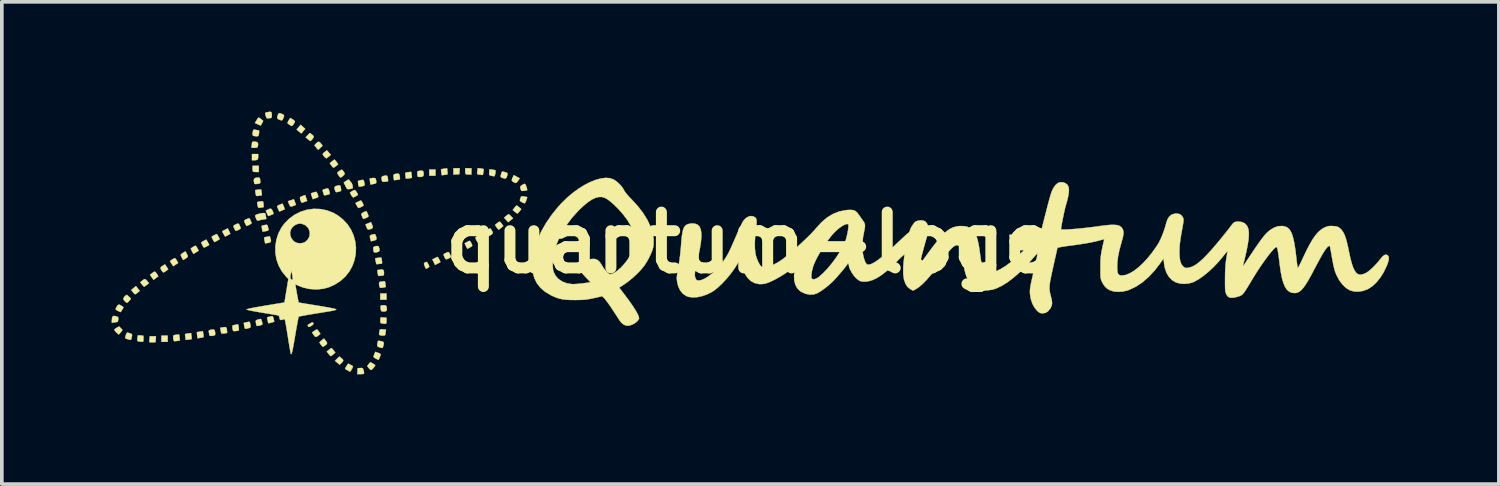
<source format=kicad_pcb>
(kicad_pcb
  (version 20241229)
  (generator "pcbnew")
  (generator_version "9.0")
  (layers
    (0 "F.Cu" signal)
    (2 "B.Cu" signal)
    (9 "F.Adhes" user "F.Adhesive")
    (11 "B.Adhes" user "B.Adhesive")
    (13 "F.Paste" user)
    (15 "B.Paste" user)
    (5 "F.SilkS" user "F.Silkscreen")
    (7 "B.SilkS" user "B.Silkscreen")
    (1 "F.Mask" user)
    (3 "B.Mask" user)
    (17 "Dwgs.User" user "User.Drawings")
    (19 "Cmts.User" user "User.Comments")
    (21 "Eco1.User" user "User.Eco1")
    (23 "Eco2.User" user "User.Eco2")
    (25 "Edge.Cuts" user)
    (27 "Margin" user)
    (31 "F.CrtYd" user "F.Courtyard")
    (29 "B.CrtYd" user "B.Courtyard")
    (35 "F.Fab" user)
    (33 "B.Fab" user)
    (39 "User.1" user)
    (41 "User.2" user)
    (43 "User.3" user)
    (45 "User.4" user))
  (footprint "quantum-logo"
    (layer "F.Cu")
    (at 17.446 3.578)
    (property "Reference" "quantum-logo" (at 0 0 0) (layer "F.SilkS") (effects (font (size 1.524 1.524) (thickness 0.3))))
    (attr through_hole)
    (fp_poly (pts (xy -15.917 2.709) (xy -16.087 2.709) (xy -16.087 2.54) (xy -15.917 2.54) (xy -15.917 2.709)) (stroke (width 0.01) (type solid)) (fill yes) (layer "F.SilkS"))
    (fp_poly (pts (xy -9.94 1.558) (xy -10.109 1.558) (xy -10.109 1.389) (xy -9.94 1.389) (xy -9.94 1.558)) (stroke (width 0.01) (type solid)) (fill yes) (layer "F.SilkS"))
    (fp_poly (pts (xy -8.602 -1.829) (xy -8.771 -1.829) (xy -8.771 -1.998) (xy -8.602 -1.998) (xy -8.602 -1.829)) (stroke (width 0.01) (type solid)) (fill yes) (layer "F.SilkS"))
    (fp_poly (pts (xy -7.95 -1.871) (xy -8.031 -1.866) (xy -8.111 -1.861) (xy -8.111 -2.032) (xy -7.94 -2.032) (xy -7.95 -1.871)) (stroke (width 0.01) (type solid)) (fill yes) (layer "F.SilkS"))
    (fp_poly (pts (xy -12.222 -3.164) (xy -12.159 -3.107) (xy -12.213 -3.045) (xy -12.268 -2.982) (xy -12.331 -3.036) (xy -12.394 -3.09) (xy -12.285 -3.22) (xy -12.222 -3.164)) (stroke (width 0.01) (type solid)) (fill yes) (layer "F.SilkS"))
    (fp_poly (pts (xy -13.445 -2.347) (xy -13.449 -2.296) (xy -13.467 -2.267) (xy -13.505 -2.254) (xy -13.557 -2.252) (xy -13.614 -2.252) (xy -13.614 -2.421) (xy -13.445 -2.421) (xy -13.445 -2.347)) (stroke (width 0.01) (type solid)) (fill yes) (layer "F.SilkS"))
    (fp_poly (pts (xy -13.428 -1.93) (xy -13.502 -1.93) (xy -13.549 -1.933) (xy -13.581 -1.939) (xy -13.586 -1.942) (xy -13.593 -1.964) (xy -13.597 -2.007) (xy -13.597 -2.026) (xy -13.597 -2.1) (xy -13.428 -2.1) (xy -13.428 -1.93)) (stroke (width 0.01) (type solid)) (fill yes) (layer "F.SilkS"))
    (fp_poly (pts (xy -11.168 3.156) (xy -11.131 3.19) (xy -11.121 3.22) (xy -11.137 3.253) (xy -11.179 3.297) (xy -11.219 3.334) (xy -11.283 3.28) (xy -11.347 3.226) (xy -11.288 3.168) (xy -11.228 3.111) (xy -11.168 3.156)) (stroke (width 0.01) (type solid)) (fill yes) (layer "F.SilkS"))
    (fp_poly (pts (xy -7.62 -1.863) (xy -7.693 -1.863) (xy -7.741 -1.865) (xy -7.773 -1.871) (xy -7.778 -1.874) (xy -7.785 -1.897) (xy -7.789 -1.94) (xy -7.789 -1.959) (xy -7.789 -2.032) (xy -7.62 -2.032) (xy -7.62 -1.863)) (stroke (width 0.01) (type solid)) (fill yes) (layer "F.SilkS"))
    (fp_poly (pts (xy -16.732 1.251) (xy -16.68 1.316) (xy -16.718 1.349) (xy -16.765 1.389) (xy -16.795 1.407) (xy -16.818 1.404) (xy -16.842 1.381) (xy -16.861 1.358) (xy -16.912 1.294) (xy -16.848 1.24) (xy -16.784 1.186) (xy -16.732 1.251)) (stroke (width 0.01) (type solid)) (fill yes) (layer "F.SilkS"))
    (fp_poly (pts (xy -16.242 2.637) (xy -16.248 2.718) (xy -16.326 2.723) (xy -16.375 2.723) (xy -16.408 2.718) (xy -16.414 2.714) (xy -16.418 2.689) (xy -16.415 2.645) (xy -16.413 2.628) (xy -16.404 2.557) (xy -16.237 2.557) (xy -16.242 2.637)) (stroke (width 0.01) (type solid)) (fill yes) (layer "F.SilkS"))
    (fp_poly (pts (xy -10.588 3.432) (xy -10.574 3.462) (xy -10.568 3.483) (xy -10.553 3.54) (xy -10.554 3.572) (xy -10.575 3.586) (xy -10.621 3.59) (xy -10.644 3.59) (xy -10.738 3.59) (xy -10.727 3.429) (xy -10.656 3.424) (xy -10.611 3.422) (xy -10.588 3.432)) (stroke (width 0.01) (type solid)) (fill yes) (layer "F.SilkS"))
    (fp_poly (pts (xy -6.587 -0.768) (xy -6.556 -0.74) (xy -6.538 -0.722) (xy -6.483 -0.665) (xy -6.55 -0.612) (xy -6.617 -0.559) (xy -6.672 -0.621) (xy -6.727 -0.683) (xy -6.67 -0.731) (xy -6.633 -0.76) (xy -6.608 -0.777) (xy -6.603 -0.778) (xy -6.587 -0.768)) (stroke (width 0.01) (type solid)) (fill yes) (layer "F.SilkS"))
    (fp_poly (pts (xy -6.382 -1.801) (xy -6.301 -1.757) (xy -6.345 -1.691) (xy -6.378 -1.647) (xy -6.405 -1.631) (xy -6.439 -1.638) (xy -6.473 -1.657) (xy -6.506 -1.681) (xy -6.517 -1.708) (xy -6.508 -1.747) (xy -6.491 -1.785) (xy -6.463 -1.845) (xy -6.382 -1.801)) (stroke (width 0.01) (type solid)) (fill yes) (layer "F.SilkS"))
    (fp_poly (pts (xy -15.945 0.66) (xy -15.901 0.727) (xy -15.957 0.77) (xy -15.997 0.797) (xy -16.026 0.812) (xy -16.032 0.813) (xy -16.051 0.8) (xy -16.078 0.767) (xy -16.087 0.753) (xy -16.109 0.71) (xy -16.109 0.679) (xy -16.083 0.651) (xy -16.039 0.623) (xy -15.989 0.593) (xy -15.945 0.66)) (stroke (width 0.01) (type solid)) (fill yes) (layer "F.SilkS"))
    (fp_poly (pts (xy -15.394 0.305) (xy -15.371 0.352) (xy -15.368 0.383) (xy -15.39 0.409) (xy -15.434 0.438) (xy -15.493 0.472) (xy -15.528 0.41) (xy -15.549 0.367) (xy -15.56 0.336) (xy -15.56 0.33) (xy -15.545 0.312) (xy -15.51 0.286) (xy -15.495 0.276) (xy -15.432 0.238) (xy -15.394 0.305)) (stroke (width 0.01) (type solid)) (fill yes) (layer "F.SilkS"))
    (fp_poly (pts (xy -13.106 -0.101) (xy -13.096 -0.05) (xy -13.103 -0.02) (xy -13.133 -0.003) (xy -13.184 0.008) (xy -13.253 0.019) (xy -13.27 -0.059) (xy -13.279 -0.106) (xy -13.279 -0.137) (xy -13.276 -0.144) (xy -13.253 -0.151) (xy -13.21 -0.16) (xy -13.195 -0.162) (xy -13.126 -0.173) (xy -13.106 -0.101)) (stroke (width 0.01) (type solid)) (fill yes) (layer "F.SilkS"))
    (fp_poly (pts (xy -12.463 -1.171) (xy -12.449 -1.134) (xy -12.44 -1.109) (xy -12.414 -1.033) (xy -12.474 -1.007) (xy -12.528 -0.988) (xy -12.56 -0.988) (xy -12.582 -1.011) (xy -12.602 -1.057) (xy -12.63 -1.132) (xy -12.552 -1.159) (xy -12.506 -1.174) (xy -12.476 -1.184) (xy -12.47 -1.185) (xy -12.463 -1.171)) (stroke (width 0.01) (type solid)) (fill yes) (layer "F.SilkS"))
    (fp_poly (pts (xy -11.985 -2.961) (xy -11.949 -2.93) (xy -11.927 -2.903) (xy -11.926 -2.901) (xy -11.932 -2.877) (xy -11.953 -2.842) (xy -11.982 -2.807) (xy -12.009 -2.782) (xy -12.022 -2.778) (xy -12.039 -2.788) (xy -12.072 -2.814) (xy -12.09 -2.828) (xy -12.148 -2.878) (xy -12.034 -2.996) (xy -11.985 -2.961)) (stroke (width 0.01) (type solid)) (fill yes) (layer "F.SilkS"))
    (fp_poly (pts (xy -11.754 -2.735) (xy -11.728 -2.705) (xy -11.685 -2.65) (xy -11.739 -2.595) (xy -11.773 -2.562) (xy -11.798 -2.542) (xy -11.804 -2.54) (xy -11.82 -2.552) (xy -11.848 -2.583) (xy -11.862 -2.601) (xy -11.908 -2.661) (xy -11.861 -2.711) (xy -11.819 -2.748) (xy -11.786 -2.756) (xy -11.754 -2.735)) (stroke (width 0.01) (type solid)) (fill yes) (layer "F.SilkS"))
    (fp_poly (pts (xy -11.514 -2.461) (xy -11.46 -2.399) (xy -11.517 -2.351) (xy -11.554 -2.322) (xy -11.579 -2.305) (xy -11.583 -2.303) (xy -11.6 -2.314) (xy -11.63 -2.341) (xy -11.638 -2.35) (xy -11.673 -2.391) (xy -11.68 -2.421) (xy -11.66 -2.451) (xy -11.626 -2.478) (xy -11.568 -2.522) (xy -11.514 -2.461)) (stroke (width 0.01) (type solid)) (fill yes) (layer "F.SilkS"))
    (fp_poly (pts (xy -7.654 -0.037) (xy -7.63 -0.002) (xy -7.621 0.015) (xy -7.602 0.057) (xy -7.6 0.085) (xy -7.62 0.107) (xy -7.666 0.133) (xy -7.681 0.141) (xy -7.733 0.167) (xy -7.805 0.019) (xy -7.745 -0.016) (xy -7.704 -0.038) (xy -7.675 -0.05) (xy -7.67 -0.051) (xy -7.654 -0.037)) (stroke (width 0.01) (type solid)) (fill yes) (layer "F.SilkS"))
    (fp_poly (pts (xy -16.518 1.003) (xy -16.487 1.033) (xy -16.478 1.044) (xy -16.427 1.106) (xy -16.488 1.154) (xy -16.526 1.183) (xy -16.553 1.2) (xy -16.559 1.202) (xy -16.575 1.19) (xy -16.603 1.16) (xy -16.617 1.142) (xy -16.665 1.083) (xy -16.625 1.049) (xy -16.578 1.011) (xy -16.545 0.995) (xy -16.518 1.003)) (stroke (width 0.01) (type solid)) (fill yes) (layer "F.SilkS"))
    (fp_poly (pts (xy -16.251 0.801) (xy -16.226 0.831) (xy -16.214 0.849) (xy -16.189 0.889) (xy -16.175 0.915) (xy -16.174 0.921) (xy -16.19 0.932) (xy -16.223 0.956) (xy -16.241 0.97) (xy -16.303 1.015) (xy -16.351 0.946) (xy -16.398 0.877) (xy -16.357 0.845) (xy -16.308 0.808) (xy -16.276 0.793) (xy -16.251 0.801)) (stroke (width 0.01) (type solid)) (fill yes) (layer "F.SilkS"))
    (fp_poly (pts (xy -15.702 0.437) (xy -15.677 0.471) (xy -15.667 0.489) (xy -15.63 0.554) (xy -15.697 0.599) (xy -15.764 0.643) (xy -15.807 0.58) (xy -15.833 0.54) (xy -15.848 0.511) (xy -15.85 0.505) (xy -15.836 0.49) (xy -15.805 0.467) (xy -15.766 0.443) (xy -15.733 0.427) (xy -15.719 0.423) (xy -15.702 0.437)) (stroke (width 0.01) (type solid)) (fill yes) (layer "F.SilkS"))
    (fp_poly (pts (xy -10.243 -0.219) (xy -10.23 -0.185) (xy -10.229 -0.184) (xy -10.213 -0.126) (xy -10.216 -0.091) (xy -10.241 -0.07) (xy -10.287 -0.056) (xy -10.363 -0.039) (xy -10.38 -0.1) (xy -10.393 -0.155) (xy -10.392 -0.187) (xy -10.373 -0.206) (xy -10.334 -0.219) (xy -10.284 -0.232) (xy -10.257 -0.233) (xy -10.243 -0.219)) (stroke (width 0.01) (type solid)) (fill yes) (layer "F.SilkS"))
    (fp_poly (pts (xy -17.22 1.699) (xy -17.183 1.721) (xy -17.121 1.765) (xy -17.158 1.831) (xy -17.183 1.87) (xy -17.2 1.893) (xy -17.204 1.896) (xy -17.223 1.888) (xy -17.26 1.87) (xy -17.276 1.862) (xy -17.319 1.838) (xy -17.336 1.82) (xy -17.332 1.797) (xy -17.315 1.763) (xy -17.284 1.712) (xy -17.255 1.692) (xy -17.22 1.699)) (stroke (width 0.01) (type solid)) (fill yes) (layer "F.SilkS"))
    (fp_poly (pts (xy -17.196 2.336) (xy -17.15 2.385) (xy -17.196 2.446) (xy -17.226 2.482) (xy -17.249 2.504) (xy -17.254 2.506) (xy -17.271 2.495) (xy -17.303 2.467) (xy -17.319 2.45) (xy -17.352 2.414) (xy -17.371 2.385) (xy -17.373 2.378) (xy -17.36 2.361) (xy -17.326 2.336) (xy -17.308 2.325) (xy -17.243 2.288) (xy -17.196 2.336)) (stroke (width 0.01) (type solid)) (fill yes) (layer "F.SilkS"))
    (fp_poly (pts (xy -17.005 1.446) (xy -16.976 1.473) (xy -16.919 1.529) (xy -16.964 1.586) (xy -16.996 1.621) (xy -17.022 1.641) (xy -17.028 1.643) (xy -17.05 1.631) (xy -17.083 1.603) (xy -17.093 1.593) (xy -17.122 1.554) (xy -17.125 1.518) (xy -17.1 1.478) (xy -17.07 1.449) (xy -17.047 1.43) (xy -17.029 1.429) (xy -17.005 1.446)) (stroke (width 0.01) (type solid)) (fill yes) (layer "F.SilkS"))
    (fp_poly (pts (xy -15.266 2.548) (xy -15.26 2.596) (xy -15.259 2.626) (xy -15.26 2.632) (xy -15.278 2.637) (xy -15.319 2.644) (xy -15.344 2.647) (xy -15.423 2.657) (xy -15.434 2.58) (xy -15.44 2.533) (xy -15.44 2.502) (xy -15.439 2.496) (xy -15.419 2.49) (xy -15.378 2.482) (xy -15.355 2.479) (xy -15.278 2.468) (xy -15.266 2.548)) (stroke (width 0.01) (type solid)) (fill yes) (layer "F.SilkS"))
    (fp_poly (pts (xy -14.943 2.497) (xy -14.937 2.544) (xy -14.936 2.576) (xy -14.937 2.582) (xy -14.956 2.587) (xy -14.997 2.595) (xy -15.022 2.599) (xy -15.1 2.611) (xy -15.111 2.53) (xy -15.116 2.483) (xy -15.118 2.452) (xy -15.117 2.446) (xy -15.1 2.441) (xy -15.059 2.434) (xy -15.034 2.43) (xy -14.955 2.418) (xy -14.943 2.497)) (stroke (width 0.01) (type solid)) (fill yes) (layer "F.SilkS"))
    (fp_poly (pts (xy -13.967 -0.503) (xy -13.948 -0.465) (xy -13.927 -0.417) (xy -13.924 -0.389) (xy -13.941 -0.37) (xy -13.979 -0.35) (xy -14.027 -0.329) (xy -14.055 -0.326) (xy -14.074 -0.344) (xy -14.094 -0.382) (xy -14.115 -0.429) (xy -14.118 -0.457) (xy -14.1 -0.477) (xy -14.063 -0.496) (xy -14.015 -0.518) (xy -13.987 -0.521) (xy -13.967 -0.503)) (stroke (width 0.01) (type solid)) (fill yes) (layer "F.SilkS"))
    (fp_poly (pts (xy -13.413 -3.408) (xy -13.378 -3.385) (xy -13.363 -3.373) (xy -13.307 -3.326) (xy -13.338 -3.264) (xy -13.359 -3.225) (xy -13.374 -3.203) (xy -13.377 -3.201) (xy -13.396 -3.208) (xy -13.435 -3.224) (xy -13.46 -3.235) (xy -13.533 -3.268) (xy -13.491 -3.339) (xy -13.464 -3.382) (xy -13.442 -3.41) (xy -13.434 -3.415) (xy -13.413 -3.408)) (stroke (width 0.01) (type solid)) (fill yes) (layer "F.SilkS"))
    (fp_poly (pts (xy -12.832 -3.53) (xy -12.793 -3.515) (xy -12.754 -3.496) (xy -12.738 -3.476) (xy -12.741 -3.445) (xy -12.759 -3.397) (xy -12.777 -3.358) (xy -12.794 -3.342) (xy -12.821 -3.344) (xy -12.869 -3.36) (xy -12.908 -3.38) (xy -12.924 -3.407) (xy -12.919 -3.45) (xy -12.904 -3.494) (xy -12.889 -3.525) (xy -12.867 -3.537) (xy -12.832 -3.53)) (stroke (width 0.01) (type solid)) (fill yes) (layer "F.SilkS"))
    (fp_poly (pts (xy -11.945 2.188) (xy -11.941 2.196) (xy -11.935 2.219) (xy -11.952 2.242) (xy -11.981 2.264) (xy -12.031 2.294) (xy -12.062 2.301) (xy -12.081 2.285) (xy -12.085 2.277) (xy -12.09 2.252) (xy -12.088 2.246) (xy -12.071 2.235) (xy -12.036 2.213) (xy -12.02 2.204) (xy -11.98 2.181) (xy -11.959 2.176) (xy -11.945 2.188)) (stroke (width 0.01) (type solid)) (fill yes) (layer "F.SilkS"))
    (fp_poly (pts (xy -11.427 2.891) (xy -11.399 2.922) (xy -11.385 2.94) (xy -11.338 3.001) (xy -11.393 3.05) (xy -11.429 3.08) (xy -11.455 3.097) (xy -11.46 3.099) (xy -11.477 3.087) (xy -11.506 3.056) (xy -11.522 3.037) (xy -11.571 2.975) (xy -11.513 2.927) (xy -11.476 2.898) (xy -11.449 2.881) (xy -11.444 2.879) (xy -11.427 2.891)) (stroke (width 0.01) (type solid)) (fill yes) (layer "F.SilkS"))
    (fp_poly (pts (xy -11.346 -2.256) (xy -11.319 -2.225) (xy -11.305 -2.206) (xy -11.259 -2.142) (xy -11.314 -2.095) (xy -11.352 -2.067) (xy -11.381 -2.05) (xy -11.387 -2.049) (xy -11.407 -2.062) (xy -11.435 -2.094) (xy -11.446 -2.11) (xy -11.488 -2.171) (xy -11.429 -2.22) (xy -11.392 -2.249) (xy -11.366 -2.267) (xy -11.361 -2.269) (xy -11.346 -2.256)) (stroke (width 0.01) (type solid)) (fill yes) (layer "F.SilkS"))
    (fp_poly (pts (xy -10.337 -0.5) (xy -10.317 -0.444) (xy -10.317 -0.409) (xy -10.338 -0.386) (xy -10.366 -0.374) (xy -10.418 -0.359) (xy -10.449 -0.363) (xy -10.471 -0.39) (xy -10.487 -0.426) (xy -10.503 -0.469) (xy -10.511 -0.496) (xy -10.511 -0.5) (xy -10.494 -0.507) (xy -10.457 -0.522) (xy -10.434 -0.531) (xy -10.362 -0.559) (xy -10.337 -0.5)) (stroke (width 0.01) (type solid)) (fill yes) (layer "F.SilkS"))
    (fp_poly (pts (xy -10.242 -1.757) (xy -10.23 -1.729) (xy -10.224 -1.703) (xy -10.217 -1.655) (xy -10.225 -1.627) (xy -10.256 -1.611) (xy -10.307 -1.601) (xy -10.378 -1.589) (xy -10.389 -1.667) (xy -10.395 -1.715) (xy -10.395 -1.748) (xy -10.393 -1.754) (xy -10.372 -1.76) (xy -10.33 -1.765) (xy -10.311 -1.766) (xy -10.265 -1.767) (xy -10.242 -1.757)) (stroke (width 0.01) (type solid)) (fill yes) (layer "F.SilkS"))
    (fp_poly (pts (xy -10.16 0.1) (xy -10.141 0.137) (xy -10.136 0.162) (xy -10.13 0.21) (xy -10.142 0.238) (xy -10.177 0.255) (xy -10.215 0.263) (xy -10.26 0.268) (xy -10.282 0.259) (xy -10.289 0.248) (xy -10.297 0.212) (xy -10.301 0.167) (xy -10.299 0.129) (xy -10.28 0.109) (xy -10.247 0.098) (xy -10.192 0.089) (xy -10.16 0.1)) (stroke (width 0.01) (type solid)) (fill yes) (layer "F.SilkS"))
    (fp_poly (pts (xy -10.025 0.746) (xy -10.011 0.782) (xy -10.008 0.834) (xy -10.011 0.876) (xy -10.023 0.894) (xy -10.046 0.898) (xy -10.095 0.903) (xy -10.122 0.908) (xy -10.156 0.908) (xy -10.167 0.895) (xy -10.174 0.864) (xy -10.182 0.817) (xy -10.183 0.81) (xy -10.191 0.749) (xy -10.114 0.737) (xy -10.058 0.733) (xy -10.025 0.746)) (stroke (width 0.01) (type solid)) (fill yes) (layer "F.SilkS"))
    (fp_poly (pts (xy -9.597 -1.875) (xy -9.586 -1.846) (xy -9.579 -1.814) (xy -9.572 -1.768) (xy -9.572 -1.737) (xy -9.574 -1.732) (xy -9.595 -1.725) (xy -9.637 -1.717) (xy -9.658 -1.715) (xy -9.733 -1.706) (xy -9.745 -1.778) (xy -9.75 -1.832) (xy -9.739 -1.862) (xy -9.704 -1.877) (xy -9.661 -1.882) (xy -9.619 -1.884) (xy -9.597 -1.875)) (stroke (width 0.01) (type solid)) (fill yes) (layer "F.SilkS"))
    (fp_poly (pts (xy -9.253 -1.855) (xy -9.248 -1.808) (xy -9.246 -1.777) (xy -9.248 -1.771) (xy -9.267 -1.766) (xy -9.308 -1.76) (xy -9.333 -1.757) (xy -9.411 -1.749) (xy -9.421 -1.825) (xy -9.426 -1.873) (xy -9.426 -1.904) (xy -9.424 -1.91) (xy -9.404 -1.916) (xy -9.363 -1.923) (xy -9.341 -1.926) (xy -9.265 -1.935) (xy -9.253 -1.855)) (stroke (width 0.01) (type solid)) (fill yes) (layer "F.SilkS"))
    (fp_poly (pts (xy -8.532 0.403) (xy -8.513 0.435) (xy -8.492 0.475) (xy -8.475 0.511) (xy -8.469 0.532) (xy -8.47 0.533) (xy -8.487 0.543) (xy -8.524 0.562) (xy -8.544 0.573) (xy -8.613 0.607) (xy -8.65 0.532) (xy -8.686 0.458) (xy -8.619 0.424) (xy -8.577 0.403) (xy -8.549 0.391) (xy -8.544 0.389) (xy -8.532 0.403)) (stroke (width 0.01) (type solid)) (fill yes) (layer "F.SilkS"))
    (fp_poly (pts (xy -8.277 -1.951) (xy -8.273 -1.903) (xy -8.272 -1.873) (xy -8.272 -1.867) (xy -8.289 -1.862) (xy -8.328 -1.856) (xy -8.352 -1.852) (xy -8.43 -1.842) (xy -8.442 -1.921) (xy -8.448 -1.968) (xy -8.449 -1.999) (xy -8.448 -2.005) (xy -8.428 -2.01) (xy -8.387 -2.017) (xy -8.362 -2.021) (xy -8.284 -2.031) (xy -8.277 -1.951)) (stroke (width 0.01) (type solid)) (fill yes) (layer "F.SilkS"))
    (fp_poly (pts (xy -8.227 0.276) (xy -8.207 0.314) (xy -8.186 0.362) (xy -8.183 0.39) (xy -8.201 0.409) (xy -8.239 0.429) (xy -8.286 0.45) (xy -8.315 0.453) (xy -8.334 0.435) (xy -8.353 0.397) (xy -8.375 0.35) (xy -8.378 0.321) (xy -8.36 0.302) (xy -8.322 0.283) (xy -8.274 0.261) (xy -8.246 0.258) (xy -8.227 0.276)) (stroke (width 0.01) (type solid)) (fill yes) (layer "F.SilkS"))
    (fp_poly (pts (xy -6.83 -0.563) (xy -6.802 -0.53) (xy -6.791 -0.514) (xy -6.749 -0.453) (xy -6.808 -0.405) (xy -6.845 -0.376) (xy -6.871 -0.358) (xy -6.876 -0.356) (xy -6.891 -0.368) (xy -6.918 -0.4) (xy -6.932 -0.419) (xy -6.977 -0.483) (xy -6.922 -0.529) (xy -6.884 -0.557) (xy -6.855 -0.574) (xy -6.85 -0.575) (xy -6.83 -0.563)) (stroke (width 0.01) (type solid)) (fill yes) (layer "F.SilkS"))
    (fp_poly (pts (xy -6.368 -1.005) (xy -6.334 -0.98) (xy -6.317 -0.967) (xy -6.258 -0.918) (xy -6.305 -0.857) (xy -6.336 -0.82) (xy -6.359 -0.799) (xy -6.364 -0.796) (xy -6.384 -0.806) (xy -6.418 -0.831) (xy -6.434 -0.844) (xy -6.492 -0.892) (xy -6.444 -0.954) (xy -6.414 -0.991) (xy -6.392 -1.013) (xy -6.386 -1.016) (xy -6.368 -1.005)) (stroke (width 0.01) (type solid)) (fill yes) (layer "F.SilkS"))
    (fp_poly (pts (xy -17.34 2.007) (xy -17.31 2.016) (xy -17.276 2.031) (xy -17.264 2.053) (xy -17.267 2.093) (xy -17.267 2.097) (xy -17.274 2.138) (xy -17.278 2.16) (xy -17.279 2.162) (xy -17.295 2.165) (xy -17.334 2.172) (xy -17.361 2.176) (xy -17.441 2.188) (xy -17.441 2.131) (xy -17.436 2.059) (xy -17.421 2.017) (xy -17.39 2) (xy -17.34 2.007)) (stroke (width 0.01) (type solid)) (fill yes) (layer "F.SilkS"))
    (fp_poly (pts (xy -13.093 -0.925) (xy -13.065 -0.898) (xy -13.048 -0.861) (xy -13.032 -0.819) (xy -13.025 -0.791) (xy -13.025 -0.787) (xy -13.043 -0.778) (xy -13.079 -0.763) (xy -13.12 -0.745) (xy -13.154 -0.732) (xy -13.167 -0.728) (xy -13.177 -0.742) (xy -13.194 -0.778) (xy -13.205 -0.8) (xy -13.237 -0.872) (xy -13.184 -0.901) (xy -13.13 -0.926) (xy -13.093 -0.925)) (stroke (width 0.01) (type solid)) (fill yes) (layer "F.SilkS"))
    (fp_poly (pts (xy -12.134 -1.223) (xy -12.118 -1.177) (xy -12.109 -1.148) (xy -12.107 -1.142) (xy -12.122 -1.134) (xy -12.159 -1.12) (xy -12.184 -1.112) (xy -12.231 -1.097) (xy -12.255 -1.094) (xy -12.268 -1.107) (xy -12.277 -1.128) (xy -12.298 -1.187) (xy -12.304 -1.224) (xy -12.291 -1.247) (xy -12.259 -1.265) (xy -12.236 -1.273) (xy -12.16 -1.301) (xy -12.134 -1.223)) (stroke (width 0.01) (type solid)) (fill yes) (layer "F.SilkS"))
    (fp_poly (pts (xy -11.821 2.384) (xy -11.794 2.417) (xy -11.784 2.432) (xy -11.746 2.493) (xy -11.787 2.526) (xy -11.835 2.561) (xy -11.866 2.574) (xy -11.891 2.565) (xy -11.918 2.533) (xy -11.927 2.52) (xy -11.954 2.481) (xy -11.969 2.455) (xy -11.969 2.449) (xy -11.915 2.411) (xy -11.87 2.383) (xy -11.842 2.371) (xy -11.839 2.371) (xy -11.821 2.384)) (stroke (width 0.01) (type solid)) (fill yes) (layer "F.SilkS"))
    (fp_poly (pts (xy -10.03 2.043) (xy -10.012 2.045) (xy -9.94 2.052) (xy -9.94 2.135) (xy -9.941 2.181) (xy -9.949 2.207) (xy -9.971 2.216) (xy -10.014 2.213) (xy -10.063 2.206) (xy -10.092 2.198) (xy -10.105 2.18) (xy -10.109 2.142) (xy -10.109 2.125) (xy -10.107 2.078) (xy -10.1 2.049) (xy -10.097 2.044) (xy -10.073 2.042) (xy -10.03 2.043)) (stroke (width 0.01) (type solid)) (fill yes) (layer "F.SilkS"))
    (fp_poly (pts (xy -7.093 -0.376) (xy -7.07 -0.344) (xy -7.061 -0.33) (xy -7.039 -0.287) (xy -7.039 -0.256) (xy -7.064 -0.228) (xy -7.109 -0.199) (xy -7.159 -0.17) (xy -7.204 -0.239) (xy -7.23 -0.279) (xy -7.244 -0.306) (xy -7.245 -0.312) (xy -7.217 -0.329) (xy -7.178 -0.352) (xy -7.139 -0.374) (xy -7.112 -0.388) (xy -7.107 -0.389) (xy -7.093 -0.376)) (stroke (width 0.01) (type solid)) (fill yes) (layer "F.SilkS"))
    (fp_poly (pts (xy -16.668 2.533) (xy -16.649 2.535) (xy -16.578 2.544) (xy -16.578 2.627) (xy -16.579 2.676) (xy -16.586 2.7) (xy -16.604 2.707) (xy -16.624 2.707) (xy -16.676 2.702) (xy -16.711 2.697) (xy -16.735 2.689) (xy -16.745 2.671) (xy -16.745 2.633) (xy -16.743 2.614) (xy -16.736 2.567) (xy -16.73 2.537) (xy -16.728 2.532) (xy -16.708 2.53) (xy -16.668 2.533)) (stroke (width 0.01) (type solid)) (fill yes) (layer "F.SilkS"))
    (fp_poly (pts (xy -15.605 2.509) (xy -15.6 2.528) (xy -15.595 2.569) (xy -15.592 2.593) (xy -15.583 2.672) (xy -15.644 2.682) (xy -15.7 2.69) (xy -15.731 2.69) (xy -15.747 2.681) (xy -15.755 2.666) (xy -15.762 2.63) (xy -15.765 2.583) (xy -15.763 2.548) (xy -15.75 2.53) (xy -15.717 2.52) (xy -15.687 2.515) (xy -15.64 2.509) (xy -15.61 2.508) (xy -15.605 2.509)) (stroke (width 0.01) (type solid)) (fill yes) (layer "F.SilkS"))
    (fp_poly (pts (xy -14.326 2.309) (xy -14.31 2.328) (xy -14.301 2.368) (xy -14.299 2.38) (xy -14.294 2.427) (xy -14.293 2.457) (xy -14.294 2.463) (xy -14.317 2.471) (xy -14.358 2.478) (xy -14.402 2.482) (xy -14.437 2.482) (xy -14.449 2.478) (xy -14.457 2.453) (xy -14.466 2.41) (xy -14.469 2.394) (xy -14.48 2.325) (xy -14.416 2.314) (xy -14.359 2.306) (xy -14.326 2.309)) (stroke (width 0.01) (type solid)) (fill yes) (layer "F.SilkS"))
    (fp_poly (pts (xy -13.978 2.31) (xy -13.972 2.358) (xy -13.971 2.389) (xy -13.972 2.395) (xy -13.995 2.404) (xy -14.036 2.411) (xy -14.08 2.415) (xy -14.115 2.414) (xy -14.127 2.41) (xy -14.138 2.378) (xy -14.146 2.333) (xy -14.149 2.291) (xy -14.145 2.265) (xy -14.142 2.263) (xy -14.117 2.254) (xy -14.073 2.245) (xy -14.059 2.242) (xy -13.99 2.231) (xy -13.978 2.31)) (stroke (width 0.01) (type solid)) (fill yes) (layer "F.SilkS"))
    (fp_poly (pts (xy -13.499 -2.754) (xy -13.46 -2.735) (xy -13.445 -2.697) (xy -13.453 -2.638) (xy -13.456 -2.629) (xy -13.466 -2.606) (xy -13.489 -2.595) (xy -13.532 -2.591) (xy -13.551 -2.591) (xy -13.6 -2.592) (xy -13.624 -2.598) (xy -13.629 -2.613) (xy -13.625 -2.629) (xy -13.617 -2.676) (xy -13.615 -2.714) (xy -13.609 -2.748) (xy -13.586 -2.759) (xy -13.568 -2.76) (xy -13.499 -2.754)) (stroke (width 0.01) (type solid)) (fill yes) (layer "F.SilkS"))
    (fp_poly (pts (xy -13.196 -0.482) (xy -13.185 -0.461) (xy -13.182 -0.446) (xy -13.171 -0.4) (xy -13.163 -0.37) (xy -13.162 -0.346) (xy -13.178 -0.33) (xy -13.217 -0.319) (xy -13.255 -0.312) (xy -13.324 -0.301) (xy -13.339 -0.375) (xy -13.347 -0.422) (xy -13.347 -0.454) (xy -13.345 -0.46) (xy -13.323 -0.469) (xy -13.281 -0.479) (xy -13.264 -0.482) (xy -13.219 -0.488) (xy -13.196 -0.482)) (stroke (width 0.01) (type solid)) (fill yes) (layer "F.SilkS"))
    (fp_poly (pts (xy -13.101 -3.573) (xy -13.08 -3.556) (xy -13.073 -3.519) (xy -13.073 -3.488) (xy -13.074 -3.438) (xy -13.081 -3.413) (xy -13.098 -3.404) (xy -13.113 -3.404) (xy -13.157 -3.399) (xy -13.181 -3.393) (xy -13.207 -3.398) (xy -13.225 -3.428) (xy -13.246 -3.49) (xy -13.254 -3.527) (xy -13.245 -3.548) (xy -13.22 -3.559) (xy -13.207 -3.562) (xy -13.141 -3.573) (xy -13.101 -3.573)) (stroke (width 0.01) (type solid)) (fill yes) (layer "F.SilkS"))
    (fp_poly (pts (xy -11.844 -1.374) (xy -11.826 -1.339) (xy -11.81 -1.295) (xy -11.803 -1.255) (xy -11.803 -1.25) (xy -11.817 -1.239) (xy -11.854 -1.222) (xy -11.878 -1.214) (xy -11.953 -1.188) (xy -11.979 -1.266) (xy -11.994 -1.311) (xy -12.001 -1.341) (xy -12.001 -1.347) (xy -11.978 -1.356) (xy -11.938 -1.37) (xy -11.894 -1.382) (xy -11.864 -1.388) (xy -11.86 -1.389) (xy -11.844 -1.374)) (stroke (width 0.01) (type solid)) (fill yes) (layer "F.SilkS"))
    (fp_poly (pts (xy -10.791 -1.426) (xy -10.766 -1.395) (xy -10.74 -1.357) (xy -10.723 -1.324) (xy -10.719 -1.311) (xy -10.732 -1.297) (xy -10.764 -1.276) (xy -10.803 -1.254) (xy -10.837 -1.239) (xy -10.85 -1.236) (xy -10.869 -1.25) (xy -10.895 -1.285) (xy -10.904 -1.303) (xy -10.938 -1.369) (xy -10.882 -1.404) (xy -10.841 -1.427) (xy -10.811 -1.439) (xy -10.807 -1.439) (xy -10.791 -1.426)) (stroke (width 0.01) (type solid)) (fill yes) (layer "F.SilkS"))
    (fp_poly (pts (xy -10.623 -1.138) (xy -10.602 -1.105) (xy -10.582 -1.065) (xy -10.568 -1.03) (xy -10.566 -1.019) (xy -10.58 -1.004) (xy -10.613 -0.984) (xy -10.654 -0.964) (xy -10.689 -0.951) (xy -10.702 -0.948) (xy -10.719 -0.962) (xy -10.742 -0.997) (xy -10.752 -1.016) (xy -10.787 -1.083) (xy -10.72 -1.117) (xy -10.676 -1.138) (xy -10.644 -1.15) (xy -10.638 -1.151) (xy -10.623 -1.138)) (stroke (width 0.01) (type solid)) (fill yes) (layer "F.SilkS"))
    (fp_poly (pts (xy -10.352 3.278) (xy -10.31 3.303) (xy -10.258 3.339) (xy -10.247 3.346) (xy -10.252 3.361) (xy -10.272 3.391) (xy -10.301 3.427) (xy -10.33 3.458) (xy -10.352 3.476) (xy -10.354 3.477) (xy -10.379 3.47) (xy -10.412 3.441) (xy -10.422 3.428) (xy -10.466 3.37) (xy -10.428 3.319) (xy -10.4 3.286) (xy -10.378 3.269) (xy -10.375 3.268) (xy -10.352 3.278)) (stroke (width 0.01) (type solid)) (fill yes) (layer "F.SilkS"))
    (fp_poly (pts (xy -10.168 3.009) (xy -10.124 3.027) (xy -10.099 3.046) (xy -10.097 3.054) (xy -10.107 3.082) (xy -10.123 3.126) (xy -10.127 3.137) (xy -10.144 3.177) (xy -10.157 3.198) (xy -10.159 3.2) (xy -10.179 3.192) (xy -10.216 3.174) (xy -10.232 3.165) (xy -10.274 3.141) (xy -10.291 3.12) (xy -10.288 3.089) (xy -10.27 3.043) (xy -10.245 2.982) (xy -10.168 3.009)) (stroke (width 0.01) (type solid)) (fill yes) (layer "F.SilkS"))
    (fp_poly (pts (xy -10.12 2.684) (xy -10.06 2.697) (xy -10.026 2.712) (xy -10.013 2.736) (xy -10.016 2.777) (xy -10.034 2.843) (xy -10.035 2.849) (xy -10.042 2.867) (xy -10.053 2.875) (xy -10.078 2.872) (xy -10.126 2.86) (xy -10.13 2.858) (xy -10.17 2.844) (xy -10.189 2.823) (xy -10.193 2.787) (xy -10.183 2.728) (xy -10.173 2.691) (xy -10.153 2.68) (xy -10.12 2.684)) (stroke (width 0.01) (type solid)) (fill yes) (layer "F.SilkS"))
    (fp_poly (pts (xy -10.04 2.368) (xy -9.953 2.374) (xy -9.963 2.436) (xy -9.97 2.483) (xy -9.973 2.516) (xy -9.974 2.519) (xy -9.989 2.532) (xy -10.027 2.538) (xy -10.077 2.535) (xy -10.115 2.528) (xy -10.136 2.517) (xy -10.141 2.49) (xy -10.137 2.458) (xy -10.13 2.413) (xy -10.126 2.382) (xy -10.126 2.379) (xy -10.111 2.37) (xy -10.07 2.367) (xy -10.04 2.368)) (stroke (width 0.01) (type solid)) (fill yes) (layer "F.SilkS"))
    (fp_poly (pts (xy -9.971 1.712) (xy -9.949 1.723) (xy -9.938 1.75) (xy -9.935 1.771) (xy -9.93 1.829) (xy -9.942 1.863) (xy -9.976 1.877) (xy -10.016 1.88) (xy -10.061 1.878) (xy -10.083 1.867) (xy -10.093 1.837) (xy -10.097 1.808) (xy -10.101 1.761) (xy -10.1 1.729) (xy -10.099 1.724) (xy -10.078 1.715) (xy -10.036 1.711) (xy -10.017 1.71) (xy -9.971 1.712)) (stroke (width 0.01) (type solid)) (fill yes) (layer "F.SilkS"))
    (fp_poly (pts (xy -8.83 0.539) (xy -8.808 0.572) (xy -8.786 0.612) (xy -8.773 0.648) (xy -8.771 0.658) (xy -8.785 0.672) (xy -8.814 0.691) (xy -8.846 0.707) (xy -8.863 0.711) (xy -8.871 0.697) (xy -8.887 0.661) (xy -8.896 0.639) (xy -8.913 0.594) (xy -8.915 0.569) (xy -8.905 0.553) (xy -8.896 0.546) (xy -8.863 0.529) (xy -8.848 0.525) (xy -8.83 0.539)) (stroke (width 0.01) (type solid)) (fill yes) (layer "F.SilkS"))
    (fp_poly (pts (xy -6.747 -1.937) (xy -6.743 -1.937) (xy -6.681 -1.92) (xy -6.647 -1.906) (xy -6.634 -1.886) (xy -6.638 -1.854) (xy -6.645 -1.826) (xy -6.662 -1.778) (xy -6.681 -1.756) (xy -6.713 -1.753) (xy -6.761 -1.765) (xy -6.8 -1.778) (xy -6.819 -1.795) (xy -6.82 -1.827) (xy -6.807 -1.881) (xy -6.806 -1.884) (xy -6.792 -1.925) (xy -6.776 -1.94) (xy -6.747 -1.937)) (stroke (width 0.01) (type solid)) (fill yes) (layer "F.SilkS"))
    (fp_poly (pts (xy -15.138 0.098) (xy -15.115 0.133) (xy -15.105 0.152) (xy -15.07 0.219) (xy -15.138 0.262) (xy -15.179 0.287) (xy -15.206 0.303) (xy -15.211 0.305) (xy -15.222 0.291) (xy -15.241 0.257) (xy -15.249 0.241) (xy -15.27 0.199) (xy -15.285 0.171) (xy -15.287 0.167) (xy -15.277 0.154) (xy -15.248 0.132) (xy -15.21 0.108) (xy -15.175 0.091) (xy -15.155 0.085) (xy -15.138 0.098)) (stroke (width 0.01) (type solid)) (fill yes) (layer "F.SilkS"))
    (fp_poly (pts (xy -14.241 -0.323) (xy -14.221 -0.28) (xy -14.208 -0.252) (xy -14.207 -0.247) (xy -14.22 -0.236) (xy -14.252 -0.216) (xy -14.292 -0.194) (xy -14.327 -0.176) (xy -14.346 -0.169) (xy -14.357 -0.183) (xy -14.378 -0.217) (xy -14.39 -0.239) (xy -14.413 -0.28) (xy -14.424 -0.307) (xy -14.424 -0.313) (xy -14.407 -0.323) (xy -14.37 -0.342) (xy -14.347 -0.354) (xy -14.276 -0.39) (xy -14.241 -0.323)) (stroke (width 0.01) (type solid)) (fill yes) (layer "F.SilkS"))
    (fp_poly (pts (xy -13.675 2.165) (xy -13.669 2.187) (xy -13.66 2.23) (xy -13.657 2.247) (xy -13.651 2.292) (xy -13.658 2.315) (xy -13.684 2.328) (xy -13.71 2.336) (xy -13.761 2.349) (xy -13.788 2.352) (xy -13.802 2.347) (xy -13.808 2.339) (xy -13.816 2.315) (xy -13.825 2.271) (xy -13.827 2.258) (xy -13.838 2.191) (xy -13.76 2.173) (xy -13.713 2.164) (xy -13.681 2.163) (xy -13.675 2.165)) (stroke (width 0.01) (type solid)) (fill yes) (layer "F.SilkS"))
    (fp_poly (pts (xy -13.414 -1.774) (xy -13.399 -1.757) (xy -13.391 -1.717) (xy -13.39 -1.706) (xy -13.388 -1.659) (xy -13.39 -1.628) (xy -13.393 -1.624) (xy -13.414 -1.615) (xy -13.457 -1.606) (xy -13.473 -1.604) (xy -13.519 -1.601) (xy -13.542 -1.608) (xy -13.553 -1.63) (xy -13.553 -1.632) (xy -13.565 -1.7) (xy -13.554 -1.744) (xy -13.518 -1.769) (xy -13.453 -1.778) (xy -13.443 -1.778) (xy -13.414 -1.774)) (stroke (width 0.01) (type solid)) (fill yes) (layer "F.SilkS"))
    (fp_poly (pts (xy -13.371 -1.452) (xy -13.365 -1.45) (xy -13.358 -1.429) (xy -13.351 -1.387) (xy -13.348 -1.364) (xy -13.344 -1.317) (xy -13.349 -1.294) (xy -13.366 -1.287) (xy -13.379 -1.287) (xy -13.43 -1.282) (xy -13.458 -1.276) (xy -13.492 -1.277) (xy -13.503 -1.289) (xy -13.51 -1.321) (xy -13.518 -1.368) (xy -13.518 -1.374) (xy -13.527 -1.436) (xy -13.451 -1.447) (xy -13.403 -1.452) (xy -13.371 -1.452)) (stroke (width 0.01) (type solid)) (fill yes) (layer "F.SilkS"))
    (fp_poly (pts (xy -12.769 -1.046) (xy -12.754 -1.008) (xy -12.745 -0.986) (xy -12.717 -0.913) (xy -12.78 -0.886) (xy -12.824 -0.868) (xy -12.853 -0.854) (xy -12.857 -0.852) (xy -12.871 -0.86) (xy -12.886 -0.889) (xy -12.906 -0.936) (xy -12.921 -0.967) (xy -12.928 -0.988) (xy -12.917 -1.005) (xy -12.884 -1.024) (xy -12.86 -1.035) (xy -12.815 -1.054) (xy -12.785 -1.064) (xy -12.778 -1.064) (xy -12.769 -1.046)) (stroke (width 0.01) (type solid)) (fill yes) (layer "F.SilkS"))
    (fp_poly (pts (xy -11.614 2.659) (xy -11.577 2.709) (xy -11.562 2.741) (xy -11.568 2.766) (xy -11.595 2.791) (xy -11.607 2.801) (xy -11.644 2.828) (xy -11.669 2.843) (xy -11.673 2.845) (xy -11.688 2.833) (xy -11.715 2.804) (xy -11.725 2.793) (xy -11.753 2.756) (xy -11.768 2.73) (xy -11.769 2.726) (xy -11.756 2.708) (xy -11.725 2.678) (xy -11.708 2.665) (xy -11.647 2.618) (xy -11.614 2.659)) (stroke (width 0.01) (type solid)) (fill yes) (layer "F.SilkS"))
    (fp_poly (pts (xy -11.521 -1.462) (xy -11.504 -1.416) (xy -11.492 -1.369) (xy -11.489 -1.336) (xy -11.508 -1.32) (xy -11.528 -1.315) (xy -11.576 -1.303) (xy -11.609 -1.295) (xy -11.633 -1.293) (xy -11.65 -1.312) (xy -11.664 -1.351) (xy -11.679 -1.406) (xy -11.681 -1.437) (xy -11.668 -1.453) (xy -11.638 -1.461) (xy -11.637 -1.461) (xy -11.591 -1.473) (xy -11.561 -1.482) (xy -11.54 -1.483) (xy -11.521 -1.462)) (stroke (width 0.01) (type solid)) (fill yes) (layer "F.SilkS"))
    (fp_poly (pts (xy -11.207 -1.561) (xy -11.197 -1.538) (xy -11.186 -1.495) (xy -11.184 -1.48) (xy -11.178 -1.435) (xy -11.185 -1.413) (xy -11.208 -1.402) (xy -11.221 -1.398) (xy -11.266 -1.387) (xy -11.297 -1.379) (xy -11.322 -1.384) (xy -11.342 -1.42) (xy -11.343 -1.424) (xy -11.36 -1.483) (xy -11.358 -1.519) (xy -11.333 -1.541) (xy -11.29 -1.555) (xy -11.244 -1.564) (xy -11.212 -1.564) (xy -11.207 -1.561)) (stroke (width 0.01) (type solid)) (fill yes) (layer "F.SilkS"))
    (fp_poly (pts (xy -10.92 3.337) (xy -10.88 3.359) (xy -10.857 3.376) (xy -10.854 3.379) (xy -10.862 3.402) (xy -10.88 3.44) (xy -10.903 3.48) (xy -10.924 3.511) (xy -10.935 3.522) (xy -10.956 3.513) (xy -10.993 3.493) (xy -11.007 3.485) (xy -11.045 3.461) (xy -11.069 3.446) (xy -11.071 3.444) (xy -11.066 3.429) (xy -11.047 3.396) (xy -11.031 3.372) (xy -10.986 3.303) (xy -10.92 3.337)) (stroke (width 0.01) (type solid)) (fill yes) (layer "F.SilkS"))
    (fp_poly (pts (xy -10.083 0.41) (xy -10.076 0.43) (xy -10.068 0.472) (xy -10.065 0.497) (xy -10.059 0.544) (xy -10.063 0.568) (xy -10.079 0.575) (xy -10.094 0.576) (xy -10.143 0.58) (xy -10.171 0.586) (xy -10.203 0.588) (xy -10.215 0.581) (xy -10.223 0.557) (xy -10.233 0.513) (xy -10.236 0.497) (xy -10.247 0.426) (xy -10.169 0.414) (xy -10.121 0.409) (xy -10.089 0.408) (xy -10.083 0.41)) (stroke (width 0.01) (type solid)) (fill yes) (layer "F.SilkS"))
    (fp_poly (pts (xy -9.931 -1.832) (xy -9.916 -1.815) (xy -9.905 -1.775) (xy -9.903 -1.762) (xy -9.897 -1.716) (xy -9.896 -1.685) (xy -9.897 -1.68) (xy -9.917 -1.674) (xy -9.958 -1.667) (xy -9.979 -1.664) (xy -10.026 -1.661) (xy -10.05 -1.667) (xy -10.062 -1.687) (xy -10.064 -1.696) (xy -10.076 -1.756) (xy -10.069 -1.795) (xy -10.04 -1.818) (xy -9.982 -1.83) (xy -9.958 -1.833) (xy -9.931 -1.832)) (stroke (width 0.01) (type solid)) (fill yes) (layer "F.SilkS"))
    (fp_poly (pts (xy -8.941 -1.955) (xy -8.928 -1.922) (xy -8.924 -1.861) (xy -8.924 -1.86) (xy -8.932 -1.824) (xy -8.96 -1.803) (xy -9.013 -1.795) (xy -9.035 -1.795) (xy -9.074 -1.798) (xy -9.091 -1.813) (xy -9.096 -1.852) (xy -9.096 -1.854) (xy -9.098 -1.9) (xy -9.1 -1.933) (xy -9.1 -1.935) (xy -9.085 -1.95) (xy -9.043 -1.962) (xy -9.022 -1.965) (xy -8.971 -1.967) (xy -8.941 -1.955)) (stroke (width 0.01) (type solid)) (fill yes) (layer "F.SilkS"))
    (fp_poly (pts (xy -7.939 0.115) (xy -7.92 0.147) (xy -7.899 0.187) (xy -7.883 0.223) (xy -7.877 0.244) (xy -7.877 0.245) (xy -7.894 0.255) (xy -7.931 0.274) (xy -7.952 0.285) (xy -8.021 0.32) (xy -8.058 0.255) (xy -8.08 0.213) (xy -8.093 0.185) (xy -8.094 0.18) (xy -8.081 0.168) (xy -8.048 0.148) (xy -8.008 0.126) (xy -7.972 0.108) (xy -7.951 0.102) (xy -7.939 0.115)) (stroke (width 0.01) (type solid)) (fill yes) (layer "F.SilkS"))
    (fp_poly (pts (xy -7.371 -2.027) (xy -7.324 -2.021) (xy -7.294 -2.014) (xy -7.289 -2.011) (xy -7.286 -1.992) (xy -7.289 -1.954) (xy -7.295 -1.909) (xy -7.303 -1.87) (xy -7.311 -1.85) (xy -7.313 -1.849) (xy -7.335 -1.852) (xy -7.378 -1.856) (xy -7.396 -1.858) (xy -7.438 -1.864) (xy -7.46 -1.876) (xy -7.465 -1.903) (xy -7.459 -1.953) (xy -7.456 -1.97) (xy -7.446 -2.036) (xy -7.371 -2.027)) (stroke (width 0.01) (type solid)) (fill yes) (layer "F.SilkS"))
    (fp_poly (pts (xy -14.652 2.375) (xy -14.633 2.394) (xy -14.623 2.435) (xy -14.622 2.44) (xy -14.618 2.486) (xy -14.621 2.518) (xy -14.624 2.522) (xy -14.653 2.536) (xy -14.696 2.545) (xy -14.738 2.547) (xy -14.768 2.541) (xy -14.774 2.535) (xy -14.781 2.505) (xy -14.789 2.46) (xy -14.79 2.453) (xy -14.795 2.412) (xy -14.785 2.393) (xy -14.754 2.383) (xy -14.747 2.381) (xy -14.687 2.372) (xy -14.652 2.375)) (stroke (width 0.01) (type solid)) (fill yes) (layer "F.SilkS"))
    (fp_poly (pts (xy -13.313 -1.127) (xy -13.307 -1.107) (xy -13.3 -1.065) (xy -13.297 -1.042) (xy -13.294 -0.994) (xy -13.3 -0.97) (xy -13.314 -0.965) (xy -13.348 -0.962) (xy -13.391 -0.955) (xy -13.429 -0.951) (xy -13.446 -0.965) (xy -13.453 -0.989) (xy -13.466 -1.052) (xy -13.471 -1.09) (xy -13.464 -1.109) (xy -13.443 -1.118) (xy -13.405 -1.123) (xy -13.4 -1.124) (xy -13.352 -1.129) (xy -13.32 -1.129) (xy -13.313 -1.127)) (stroke (width 0.01) (type solid)) (fill yes) (layer "F.SilkS"))
    (fp_poly (pts (xy -11.145 -1.986) (xy -11.133 -1.971) (xy -11.097 -1.922) (xy -11.082 -1.888) (xy -11.09 -1.861) (xy -11.119 -1.832) (xy -11.126 -1.825) (xy -11.163 -1.796) (xy -11.189 -1.78) (xy -11.193 -1.778) (xy -11.209 -1.79) (xy -11.234 -1.82) (xy -11.237 -1.825) (xy -11.27 -1.872) (xy -11.282 -1.902) (xy -11.272 -1.924) (xy -11.24 -1.949) (xy -11.227 -1.958) (xy -11.185 -1.984) (xy -11.161 -1.993) (xy -11.145 -1.986)) (stroke (width 0.01) (type solid)) (fill yes) (layer "F.SilkS"))
    (fp_poly (pts (xy -10.574 -1.713) (xy -10.56 -1.694) (xy -10.549 -1.652) (xy -10.541 -1.614) (xy -10.537 -1.584) (xy -10.542 -1.564) (xy -10.565 -1.551) (xy -10.611 -1.54) (xy -10.646 -1.533) (xy -10.679 -1.528) (xy -10.696 -1.536) (xy -10.705 -1.564) (xy -10.711 -1.6) (xy -10.717 -1.647) (xy -10.718 -1.679) (xy -10.716 -1.685) (xy -10.697 -1.692) (xy -10.657 -1.703) (xy -10.638 -1.707) (xy -10.598 -1.716) (xy -10.574 -1.713)) (stroke (width 0.01) (type solid)) (fill yes) (layer "F.SilkS"))
    (fp_poly (pts (xy -9.983 1.061) (xy -9.974 1.089) (xy -9.969 1.129) (xy -9.964 1.177) (xy -9.962 1.208) (xy -9.963 1.213) (xy -9.979 1.217) (xy -10.019 1.224) (xy -10.043 1.228) (xy -10.091 1.233) (xy -10.116 1.229) (xy -10.128 1.212) (xy -10.132 1.2) (xy -10.143 1.134) (xy -10.139 1.088) (xy -10.118 1.068) (xy -10.111 1.067) (xy -10.071 1.063) (xy -10.029 1.057) (xy -9.999 1.052) (xy -9.983 1.061)) (stroke (width 0.01) (type solid)) (fill yes) (layer "F.SilkS"))
    (fp_poly (pts (xy -7.381 -0.207) (xy -7.36 -0.184) (xy -7.339 -0.152) (xy -7.314 -0.112) (xy -7.3 -0.085) (xy -7.3 -0.079) (xy -7.326 -0.062) (xy -7.364 -0.039) (xy -7.404 -0.017) (xy -7.433 -0.002) (xy -7.44 0) (xy -7.453 -0.014) (xy -7.474 -0.048) (xy -7.486 -0.07) (xy -7.505 -0.111) (xy -7.51 -0.137) (xy -7.494 -0.158) (xy -7.454 -0.182) (xy -7.43 -0.196) (xy -7.401 -0.209) (xy -7.381 -0.207)) (stroke (width 0.01) (type solid)) (fill yes) (layer "F.SilkS"))
    (fp_poly (pts (xy -7.052 -1.994) (xy -7.004 -1.987) (xy -6.971 -1.979) (xy -6.965 -1.976) (xy -6.96 -1.953) (xy -6.963 -1.913) (xy -6.972 -1.868) (xy -6.984 -1.831) (xy -6.997 -1.814) (xy -6.999 -1.814) (xy -7.028 -1.818) (xy -7.073 -1.826) (xy -7.078 -1.827) (xy -7.117 -1.839) (xy -7.135 -1.855) (xy -7.136 -1.858) (xy -7.134 -1.889) (xy -7.132 -1.935) (xy -7.131 -1.941) (xy -7.129 -2.003) (xy -7.052 -1.994)) (stroke (width 0.01) (type solid)) (fill yes) (layer "F.SilkS"))
    (fp_poly (pts (xy -6.183 -1.262) (xy -6.135 -1.253) (xy -6.104 -1.246) (xy -6.098 -1.243) (xy -6.099 -1.225) (xy -6.111 -1.188) (xy -6.127 -1.143) (xy -6.145 -1.103) (xy -6.159 -1.079) (xy -6.161 -1.077) (xy -6.182 -1.08) (xy -6.22 -1.095) (xy -6.236 -1.103) (xy -6.278 -1.126) (xy -6.295 -1.148) (xy -6.293 -1.179) (xy -6.28 -1.218) (xy -6.267 -1.251) (xy -6.25 -1.266) (xy -6.218 -1.266) (xy -6.183 -1.262)) (stroke (width 0.01) (type solid)) (fill yes) (layer "F.SilkS"))
    (fp_poly (pts (xy -6.15 -1.598) (xy -6.146 -1.591) (xy -6.13 -1.559) (xy -6.115 -1.516) (xy -6.102 -1.472) (xy -6.096 -1.441) (xy -6.098 -1.433) (xy -6.117 -1.428) (xy -6.158 -1.42) (xy -6.181 -1.417) (xy -6.228 -1.412) (xy -6.253 -1.418) (xy -6.268 -1.441) (xy -6.277 -1.469) (xy -6.287 -1.509) (xy -6.282 -1.537) (xy -6.257 -1.561) (xy -6.208 -1.59) (xy -6.201 -1.594) (xy -6.169 -1.607) (xy -6.15 -1.598)) (stroke (width 0.01) (type solid)) (fill yes) (layer "F.SilkS"))
    (fp_poly (pts (xy -17.002 2.46) (xy -16.962 2.471) (xy -16.947 2.475) (xy -16.911 2.488) (xy -16.892 2.506) (xy -16.889 2.535) (xy -16.898 2.584) (xy -16.91 2.629) (xy -16.917 2.648) (xy -16.929 2.655) (xy -16.956 2.651) (xy -17.001 2.639) (xy -17.044 2.624) (xy -17.072 2.611) (xy -17.074 2.609) (xy -17.075 2.588) (xy -17.067 2.55) (xy -17.052 2.507) (xy -17.036 2.471) (xy -17.023 2.455) (xy -17.022 2.455) (xy -17.002 2.46)) (stroke (width 0.01) (type solid)) (fill yes) (layer "F.SilkS"))
    (fp_poly (pts (xy -13.67 -0.648) (xy -13.665 -0.633) (xy -13.645 -0.587) (xy -13.631 -0.558) (xy -13.625 -0.536) (xy -13.637 -0.517) (xy -13.676 -0.494) (xy -13.681 -0.492) (xy -13.724 -0.471) (xy -13.752 -0.459) (xy -13.757 -0.457) (xy -13.769 -0.471) (xy -13.79 -0.505) (xy -13.802 -0.527) (xy -13.822 -0.573) (xy -13.823 -0.602) (xy -13.801 -0.624) (xy -13.751 -0.647) (xy -13.745 -0.65) (xy -13.704 -0.665) (xy -13.683 -0.666) (xy -13.67 -0.648)) (stroke (width 0.01) (type solid)) (fill yes) (layer "F.SilkS"))
    (fp_poly (pts (xy -13.531 -3.085) (xy -13.507 -3.08) (xy -13.46 -3.071) (xy -13.429 -3.066) (xy -13.424 -3.066) (xy -13.419 -3.051) (xy -13.419 -3.015) (xy -13.425 -2.972) (xy -13.433 -2.934) (xy -13.443 -2.913) (xy -13.443 -2.913) (xy -13.465 -2.908) (xy -13.508 -2.908) (xy -13.525 -2.909) (xy -13.569 -2.916) (xy -13.592 -2.932) (xy -13.599 -2.965) (xy -13.592 -3.022) (xy -13.587 -3.043) (xy -13.579 -3.075) (xy -13.564 -3.087) (xy -13.531 -3.085)) (stroke (width 0.01) (type solid)) (fill yes) (layer "F.SilkS"))
    (fp_poly (pts (xy -13.363 2.097) (xy -13.349 2.132) (xy -13.336 2.176) (xy -13.328 2.215) (xy -13.327 2.228) (xy -13.341 2.242) (xy -13.377 2.256) (xy -13.421 2.268) (xy -13.462 2.274) (xy -13.486 2.271) (xy -13.487 2.269) (xy -13.494 2.246) (xy -13.503 2.204) (xy -13.506 2.188) (xy -13.511 2.144) (xy -13.503 2.121) (xy -13.475 2.108) (xy -13.451 2.101) (xy -13.407 2.09) (xy -13.378 2.083) (xy -13.374 2.083) (xy -13.363 2.097)) (stroke (width 0.01) (type solid)) (fill yes) (layer "F.SilkS"))
    (fp_poly (pts (xy -13.268 -0.807) (xy -13.253 -0.8) (xy -13.246 -0.776) (xy -13.237 -0.734) (xy -13.234 -0.718) (xy -13.223 -0.648) (xy -13.321 -0.631) (xy -13.38 -0.62) (xy -13.427 -0.609) (xy -13.447 -0.603) (xy -13.468 -0.603) (xy -13.488 -0.628) (xy -13.502 -0.66) (xy -13.519 -0.703) (xy -13.529 -0.732) (xy -13.53 -0.737) (xy -13.514 -0.754) (xy -13.475 -0.772) (xy -13.421 -0.789) (xy -13.362 -0.802) (xy -13.308 -0.809) (xy -13.268 -0.807)) (stroke (width 0.01) (type solid)) (fill yes) (layer "F.SilkS"))
    (fp_poly (pts (xy -12.547 -3.395) (xy -12.511 -3.373) (xy -12.492 -3.36) (xy -12.456 -3.334) (xy -12.442 -3.312) (xy -12.448 -3.285) (xy -12.476 -3.242) (xy -12.484 -3.23) (xy -12.511 -3.195) (xy -12.533 -3.187) (xy -12.562 -3.202) (xy -12.573 -3.211) (xy -12.609 -3.236) (xy -12.63 -3.25) (xy -12.642 -3.264) (xy -12.637 -3.289) (xy -12.615 -3.333) (xy -12.615 -3.334) (xy -12.59 -3.375) (xy -12.571 -3.4) (xy -12.565 -3.404) (xy -12.547 -3.395)) (stroke (width 0.01) (type solid)) (fill yes) (layer "F.SilkS"))
    (fp_poly (pts (xy -10.959 -1.714) (xy -10.953 -1.705) (xy -10.928 -1.67) (xy -10.906 -1.647) (xy -10.885 -1.614) (xy -10.869 -1.569) (xy -10.86 -1.524) (xy -10.862 -1.492) (xy -10.868 -1.484) (xy -10.893 -1.476) (xy -10.937 -1.467) (xy -10.949 -1.465) (xy -10.986 -1.461) (xy -11.01 -1.467) (xy -11.029 -1.488) (xy -11.052 -1.532) (xy -11.061 -1.55) (xy -11.107 -1.643) (xy -11.038 -1.689) (xy -10.996 -1.715) (xy -10.973 -1.723) (xy -10.959 -1.714)) (stroke (width 0.01) (type solid)) (fill yes) (layer "F.SilkS"))
    (fp_poly (pts (xy -14.847 -0.06) (xy -14.826 -0.023) (xy -14.804 0.017) (xy -14.788 0.049) (xy -14.783 0.06) (xy -14.796 0.071) (xy -14.829 0.09) (xy -14.869 0.111) (xy -14.905 0.128) (xy -14.926 0.135) (xy -14.926 0.135) (xy -14.938 0.122) (xy -14.959 0.087) (xy -14.97 0.066) (xy -14.99 0.024) (xy -15 -0.003) (xy -15 -0.007) (xy -14.967 -0.028) (xy -14.926 -0.052) (xy -14.889 -0.072) (xy -14.865 -0.082) (xy -14.861 -0.082) (xy -14.847 -0.06)) (stroke (width 0.01) (type solid)) (fill yes) (layer "F.SilkS"))
    (fp_poly (pts (xy -14.572 -0.234) (xy -14.551 -0.201) (xy -14.528 -0.16) (xy -14.508 -0.123) (xy -14.497 -0.099) (xy -14.497 -0.095) (xy -14.524 -0.078) (xy -14.563 -0.055) (xy -14.602 -0.033) (xy -14.63 -0.019) (xy -14.636 -0.017) (xy -14.65 -0.031) (xy -14.671 -0.065) (xy -14.681 -0.084) (xy -14.702 -0.126) (xy -14.714 -0.155) (xy -14.715 -0.16) (xy -14.702 -0.172) (xy -14.67 -0.191) (xy -14.63 -0.212) (xy -14.594 -0.228) (xy -14.574 -0.235) (xy -14.572 -0.234)) (stroke (width 0.01) (type solid)) (fill yes) (layer "F.SilkS"))
    (fp_poly (pts (xy -10.474 -0.834) (xy -10.455 -0.792) (xy -10.438 -0.751) (xy -10.431 -0.724) (xy -10.431 -0.724) (xy -10.445 -0.704) (xy -10.481 -0.682) (xy -10.494 -0.677) (xy -10.537 -0.66) (xy -10.565 -0.649) (xy -10.569 -0.647) (xy -10.581 -0.657) (xy -10.596 -0.689) (xy -10.597 -0.689) (xy -10.613 -0.734) (xy -10.625 -0.765) (xy -10.625 -0.788) (xy -10.601 -0.81) (xy -10.566 -0.83) (xy -10.524 -0.85) (xy -10.496 -0.86) (xy -10.491 -0.861) (xy -10.474 -0.834)) (stroke (width 0.01) (type solid)) (fill yes) (layer "F.SilkS"))
    (fp_poly (pts (xy -13.046 2.014) (xy -13.028 2.057) (xy -13.024 2.072) (xy -13.013 2.119) (xy -13.006 2.15) (xy -13.005 2.156) (xy -13.019 2.163) (xy -13.054 2.175) (xy -13.098 2.187) (xy -13.139 2.197) (xy -13.163 2.201) (xy -13.171 2.187) (xy -13.18 2.15) (xy -13.182 2.141) (xy -13.192 2.094) (xy -13.201 2.061) (xy -13.202 2.058) (xy -13.193 2.039) (xy -13.152 2.025) (xy -13.149 2.025) (xy -13.102 2.015) (xy -13.068 2.006) (xy -13.065 2.005) (xy -13.046 2.014)) (stroke (width 0.01) (type solid)) (fill yes) (layer "F.SilkS"))
    (fp_poly (pts (xy -3.841 -1.762) (xy -3.744 -1.729) (xy -3.744 -1.729) (xy -3.664 -1.678) (xy -3.586 -1.61) (xy -3.517 -1.536) (xy -3.468 -1.464) (xy -3.457 -1.442) (xy -3.427 -1.39) (xy -3.375 -1.323) (xy -3.299 -1.238) (xy -3.23 -1.167) (xy -3.067 -0.988) (xy -2.929 -0.807) (xy -2.816 -0.625) (xy -2.731 -0.445) (xy -2.673 -0.27) (xy -2.644 -0.101) (xy -2.645 0.059) (xy -2.66 0.149) (xy -2.685 0.227) (xy -2.726 0.323) (xy -2.776 0.426) (xy -2.833 0.527) (xy -2.89 0.616) (xy -2.911 0.645) (xy -2.999 0.749) (xy -3.106 0.86) (xy -3.224 0.968) (xy -3.343 1.065) (xy -3.44 1.134) (xy -3.584 1.227) (xy -3.429 1.431) (xy -3.313 1.586) (xy -3.217 1.723) (xy -3.141 1.841) (xy -3.086 1.938) (xy -3.052 2.013) (xy -3.041 2.065) (xy -3.043 2.08) (xy -3.077 2.133) (xy -3.134 2.184) (xy -3.206 2.228) (xy -3.284 2.258) (xy -3.355 2.269) (xy -3.417 2.257) (xy -3.473 2.23) (xy -3.516 2.193) (xy -3.561 2.141) (xy -3.581 2.112) (xy -3.659 1.991) (xy -3.722 1.894) (xy -3.773 1.816) (xy -3.816 1.752) (xy -3.854 1.697) (xy -3.891 1.646) (xy -3.929 1.595) (xy -3.977 1.534) (xy -4.018 1.49) (xy -4.047 1.465) (xy -4.057 1.463) (xy -4.08 1.469) (xy -4.13 1.481) (xy -4.2 1.497) (xy -4.281 1.515) (xy -4.295 1.518) (xy -4.388 1.537) (xy -4.467 1.55) (xy -4.544 1.558) (xy -4.629 1.563) (xy -4.732 1.565) (xy -4.792 1.566) (xy -4.934 1.564) (xy -5.051 1.557) (xy -5.15 1.543) (xy -5.241 1.521) (xy -5.331 1.489) (xy -5.429 1.446) (xy -5.444 1.438) (xy -5.602 1.345) (xy -5.732 1.235) (xy -5.832 1.108) (xy -5.903 0.963) (xy -5.946 0.799) (xy -5.961 0.617) (xy -5.961 0.616) (xy -5.955 0.541) (xy -5.4 0.541) (xy -5.399 0.65) (xy -5.389 0.744) (xy -5.375 0.799) (xy -5.322 0.904) (xy -5.243 0.992) (xy -5.14 1.061) (xy -5.019 1.108) (xy -4.884 1.131) (xy -4.851 1.133) (xy -4.803 1.131) (xy -4.734 1.127) (xy -4.656 1.12) (xy -4.631 1.117) (xy -4.556 1.108) (xy -4.486 1.099) (xy -4.435 1.092) (xy -4.423 1.09) (xy -4.368 1.08) (xy -4.494 0.948) (xy -4.549 0.889) (xy -4.597 0.835) (xy -4.633 0.793) (xy -4.647 0.775) (xy -4.665 0.719) (xy -4.655 0.657) (xy -4.621 0.595) (xy -4.565 0.538) (xy -4.492 0.491) (xy -4.438 0.469) (xy -4.332 0.444) (xy -4.245 0.445) (xy -4.173 0.474) (xy -4.112 0.531) (xy -4.065 0.605) (xy -4.017 0.684) (xy -3.964 0.755) (xy -3.911 0.812) (xy -3.863 0.85) (xy -3.825 0.863) (xy -3.767 0.85) (xy -3.695 0.811) (xy -3.616 0.752) (xy -3.532 0.676) (xy -3.451 0.588) (xy -3.375 0.492) (xy -3.348 0.453) (xy -3.255 0.296) (xy -3.191 0.151) (xy -3.158 0.019) (xy -3.153 -0.024) (xy -3.161 -0.158) (xy -3.198 -0.302) (xy -3.264 -0.455) (xy -3.357 -0.613) (xy -3.477 -0.774) (xy -3.597 -0.909) (xy -3.718 -1.031) (xy -3.823 -1.124) (xy -3.914 -1.191) (xy -3.994 -1.232) (xy -4.061 -1.249) (xy -4.149 -1.246) (xy -4.24 -1.222) (xy -4.339 -1.174) (xy -4.446 -1.1) (xy -4.566 -1) (xy -4.683 -0.889) (xy -4.874 -0.679) (xy -5.04 -0.456) (xy -5.177 -0.223) (xy -5.285 0.016) (xy -5.362 0.26) (xy -5.377 0.325) (xy -5.393 0.429) (xy -5.4 0.541) (xy -5.955 0.541) (xy -5.945 0.396) (xy -5.898 0.169) (xy -5.821 -0.063) (xy -5.717 -0.297) (xy -5.585 -0.53) (xy -5.428 -0.76) (xy -5.247 -0.983) (xy -5.157 -1.081) (xy -5.008 -1.227) (xy -4.852 -1.359) (xy -4.693 -1.475) (xy -4.534 -1.574) (xy -4.378 -1.654) (xy -4.228 -1.714) (xy -4.086 -1.753) (xy -3.956 -1.77) (xy -3.841 -1.762)) (stroke (width 0.01) (type solid)) (fill yes) (layer "F.SilkS"))
    (fp_poly (pts (xy -11.752 -0.919) (xy -11.574 -0.884) (xy -11.401 -0.819) (xy -11.275 -0.748) (xy -11.126 -0.632) (xy -11.003 -0.499) (xy -10.907 -0.352) (xy -10.837 -0.194) (xy -10.792 -0.029) (xy -10.774 0.14) (xy -10.781 0.309) (xy -10.813 0.475) (xy -10.871 0.635) (xy -10.954 0.786) (xy -11.062 0.923) (xy -11.195 1.044) (xy -11.353 1.145) (xy -11.362 1.15) (xy -11.51 1.216) (xy -11.654 1.256) (xy -11.808 1.274) (xy -11.87 1.276) (xy -12.052 1.263) (xy -12.22 1.224) (xy -12.34 1.177) (xy -12.388 1.156) (xy -12.42 1.142) (xy -12.429 1.14) (xy -12.426 1.162) (xy -12.418 1.21) (xy -12.407 1.274) (xy -12.394 1.35) (xy -12.38 1.428) (xy -12.366 1.503) (xy -12.354 1.567) (xy -12.346 1.613) (xy -12.341 1.633) (xy -12.341 1.634) (xy -12.324 1.638) (xy -12.277 1.646) (xy -12.205 1.658) (xy -12.112 1.673) (xy -12.002 1.691) (xy -11.879 1.711) (xy -11.824 1.72) (xy -11.657 1.748) (xy -11.523 1.771) (xy -11.422 1.791) (xy -11.353 1.806) (xy -11.317 1.818) (xy -11.311 1.823) (xy -11.327 1.836) (xy -11.369 1.85) (xy -11.426 1.862) (xy -11.476 1.87) (xy -11.553 1.883) (xy -11.65 1.899) (xy -11.761 1.917) (xy -11.88 1.936) (xy -11.933 1.945) (xy -12.045 1.963) (xy -12.145 1.981) (xy -12.229 1.996) (xy -12.293 2.009) (xy -12.33 2.017) (xy -12.338 2.02) (xy -12.344 2.039) (xy -12.354 2.087) (xy -12.368 2.161) (xy -12.385 2.255) (xy -12.405 2.365) (xy -12.426 2.487) (xy -12.433 2.527) (xy -12.459 2.683) (xy -12.481 2.808) (xy -12.5 2.904) (xy -12.515 2.973) (xy -12.527 3.018) (xy -12.538 3.041) (xy -12.546 3.045) (xy -12.554 3.031) (xy -12.554 3.03) (xy -12.559 3.007) (xy -12.569 2.956) (xy -12.582 2.88) (xy -12.598 2.786) (xy -12.616 2.677) (xy -12.632 2.574) (xy -12.655 2.432) (xy -12.674 2.321) (xy -12.688 2.235) (xy -12.7 2.173) (xy -12.709 2.131) (xy -12.717 2.104) (xy -12.724 2.091) (xy -12.731 2.086) (xy -12.739 2.088) (xy -12.745 2.09) (xy -12.801 2.109) (xy -12.834 2.111) (xy -12.852 2.094) (xy -12.862 2.059) (xy -12.872 2.017) (xy -12.883 1.992) (xy -12.885 1.99) (xy -12.905 1.986) (xy -12.953 1.976) (xy -13.025 1.964) (xy -13.118 1.948) (xy -13.225 1.93) (xy -13.333 1.912) (xy -13.481 1.887) (xy -13.598 1.866) (xy -13.685 1.848) (xy -13.739 1.834) (xy -13.761 1.824) (xy -13.762 1.822) (xy -13.744 1.815) (xy -13.697 1.803) (xy -13.624 1.787) (xy -13.529 1.769) (xy -13.416 1.749) (xy -13.29 1.727) (xy -13.241 1.719) (xy -12.726 1.634) (xy -12.673 1.313) (xy -12.62 0.991) (xy -12.65 0.96) (xy -12.567 0.96) (xy -12.56 0.982) (xy -12.543 1) (xy -12.54 1.002) (xy -12.517 1.018) (xy -12.503 1.015) (xy -12.5 0.99) (xy -12.505 0.938) (xy -12.515 0.876) (xy -12.537 0.754) (xy -12.556 0.864) (xy -12.566 0.924) (xy -12.567 0.96) (xy -12.65 0.96) (xy -12.689 0.919) (xy -12.802 0.777) (xy -12.887 0.621) (xy -12.945 0.453) (xy -12.974 0.278) (xy -12.975 0.1) (xy -12.948 -0.077) (xy -12.893 -0.248) (xy -12.877 -0.279) (xy -12.573 -0.279) (xy -12.569 -0.204) (xy -12.54 -0.126) (xy -12.491 -0.058) (xy -12.448 -0.021) (xy -12.373 0.01) (xy -12.288 0.018) (xy -12.205 0.002) (xy -12.157 -0.021) (xy -12.089 -0.085) (xy -12.048 -0.161) (xy -12.033 -0.244) (xy -12.044 -0.327) (xy -12.08 -0.403) (xy -12.142 -0.466) (xy -12.185 -0.491) (xy -12.264 -0.519) (xy -12.337 -0.52) (xy -12.417 -0.493) (xy -12.423 -0.49) (xy -12.499 -0.435) (xy -12.55 -0.358) (xy -12.573 -0.279) (xy -12.877 -0.279) (xy -12.809 -0.41) (xy -12.729 -0.52) (xy -12.596 -0.656) (xy -12.447 -0.764) (xy -12.283 -0.846) (xy -12.111 -0.899) (xy -11.933 -0.924) (xy -11.752 -0.919)) (stroke (width 0.01) (type solid)) (fill yes) (layer "F.SilkS"))
    (fp_poly (pts (xy 8.543 -1.648) (xy 8.556 -1.644) (xy 8.616 -1.617) (xy 8.66 -1.58) (xy 8.688 -1.528) (xy 8.7 -1.461) (xy 8.697 -1.374) (xy 8.679 -1.264) (xy 8.647 -1.129) (xy 8.612 -1.008) (xy 8.597 -0.952) (xy 8.579 -0.876) (xy 8.56 -0.786) (xy 8.54 -0.69) (xy 8.521 -0.595) (xy 8.504 -0.507) (xy 8.492 -0.435) (xy 8.485 -0.384) (xy 8.484 -0.369) (xy 8.5 -0.361) (xy 8.546 -0.358) (xy 8.619 -0.359) (xy 8.715 -0.364) (xy 8.83 -0.372) (xy 8.961 -0.383) (xy 9.105 -0.398) (xy 9.258 -0.415) (xy 9.416 -0.435) (xy 9.559 -0.455) (xy 9.714 -0.475) (xy 9.839 -0.486) (xy 9.939 -0.487) (xy 10.018 -0.479) (xy 10.077 -0.461) (xy 10.122 -0.432) (xy 10.156 -0.392) (xy 10.16 -0.386) (xy 10.181 -0.341) (xy 10.191 -0.29) (xy 10.188 -0.228) (xy 10.174 -0.148) (xy 10.146 -0.045) (xy 10.136 -0.01) (xy 10.08 0.193) (xy 10.042 0.374) (xy 10.022 0.542) (xy 10.018 0.644) (xy 10.02 0.744) (xy 10.029 0.814) (xy 10.049 0.86) (xy 10.081 0.886) (xy 10.128 0.897) (xy 10.151 0.897) (xy 10.251 0.882) (xy 10.361 0.838) (xy 10.48 0.767) (xy 10.604 0.671) (xy 10.731 0.552) (xy 10.859 0.412) (xy 10.964 0.281) (xy 11.021 0.202) (xy 11.076 0.125) (xy 11.122 0.056) (xy 11.154 0.004) (xy 11.156 0) (xy 11.204 -0.096) (xy 11.253 -0.212) (xy 11.299 -0.336) (xy 11.336 -0.453) (xy 11.354 -0.523) (xy 11.391 -0.634) (xy 11.443 -0.716) (xy 11.512 -0.769) (xy 11.598 -0.794) (xy 11.639 -0.796) (xy 11.719 -0.782) (xy 11.781 -0.739) (xy 11.819 -0.678) (xy 11.827 -0.653) (xy 11.83 -0.621) (xy 11.827 -0.577) (xy 11.818 -0.514) (xy 11.803 -0.427) (xy 11.797 -0.394) (xy 11.769 -0.239) (xy 11.748 -0.111) (xy 11.733 -0.002) (xy 11.724 0.096) (xy 11.719 0.188) (xy 11.718 0.269) (xy 11.724 0.403) (xy 11.741 0.509) (xy 11.772 0.589) (xy 11.816 0.646) (xy 11.823 0.652) (xy 11.864 0.682) (xy 11.904 0.691) (xy 11.95 0.688) (xy 12.021 0.672) (xy 12.095 0.642) (xy 12.173 0.596) (xy 12.258 0.532) (xy 12.352 0.449) (xy 12.456 0.345) (xy 12.573 0.219) (xy 12.704 0.067) (xy 12.852 -0.11) (xy 12.87 -0.132) (xy 12.937 -0.216) (xy 13 -0.294) (xy 13.054 -0.362) (xy 13.094 -0.414) (xy 13.117 -0.445) (xy 13.118 -0.446) (xy 13.165 -0.509) (xy 13.205 -0.548) (xy 13.249 -0.569) (xy 13.304 -0.575) (xy 13.325 -0.576) (xy 13.424 -0.564) (xy 13.501 -0.529) (xy 13.56 -0.467) (xy 13.576 -0.44) (xy 13.599 -0.378) (xy 13.612 -0.299) (xy 13.613 -0.201) (xy 13.604 -0.082) (xy 13.582 0.061) (xy 13.55 0.229) (xy 13.505 0.424) (xy 13.452 0.635) (xy 13.455 0.64) (xy 13.472 0.621) (xy 13.498 0.584) (xy 13.617 0.404) (xy 13.719 0.251) (xy 13.807 0.121) (xy 13.883 0.012) (xy 13.948 -0.078) (xy 14.004 -0.151) (xy 14.053 -0.211) (xy 14.097 -0.259) (xy 14.138 -0.298) (xy 14.177 -0.331) (xy 14.213 -0.356) (xy 14.316 -0.416) (xy 14.413 -0.448) (xy 14.513 -0.455) (xy 14.539 -0.454) (xy 14.606 -0.441) (xy 14.664 -0.415) (xy 14.714 -0.373) (xy 14.757 -0.312) (xy 14.794 -0.23) (xy 14.826 -0.124) (xy 14.855 0.008) (xy 14.881 0.168) (xy 14.905 0.359) (xy 14.911 0.419) (xy 14.922 0.511) (xy 14.932 0.59) (xy 14.942 0.65) (xy 14.949 0.686) (xy 14.953 0.694) (xy 14.963 0.68) (xy 14.985 0.639) (xy 15.016 0.577) (xy 15.055 0.498) (xy 15.097 0.407) (xy 15.101 0.398) (xy 15.192 0.208) (xy 15.275 0.048) (xy 15.352 -0.084) (xy 15.427 -0.192) (xy 15.499 -0.278) (xy 15.572 -0.345) (xy 15.647 -0.396) (xy 15.688 -0.417) (xy 15.747 -0.441) (xy 15.799 -0.453) (xy 15.859 -0.456) (xy 15.909 -0.454) (xy 15.979 -0.449) (xy 16.027 -0.439) (xy 16.065 -0.421) (xy 16.098 -0.397) (xy 16.146 -0.351) (xy 16.188 -0.293) (xy 16.226 -0.219) (xy 16.261 -0.124) (xy 16.294 -0.005) (xy 16.328 0.142) (xy 16.345 0.228) (xy 16.383 0.407) (xy 16.421 0.553) (xy 16.459 0.67) (xy 16.5 0.758) (xy 16.544 0.821) (xy 16.591 0.859) (xy 16.644 0.874) (xy 16.688 0.873) (xy 16.744 0.857) (xy 16.808 0.83) (xy 16.832 0.817) (xy 16.893 0.774) (xy 16.967 0.71) (xy 17.047 0.632) (xy 17.126 0.546) (xy 17.197 0.461) (xy 17.206 0.449) (xy 17.266 0.377) (xy 17.318 0.337) (xy 17.363 0.326) (xy 17.404 0.344) (xy 17.409 0.348) (xy 17.432 0.384) (xy 17.438 0.435) (xy 17.426 0.505) (xy 17.395 0.597) (xy 17.374 0.648) (xy 17.295 0.811) (xy 17.202 0.958) (xy 17.099 1.085) (xy 16.988 1.189) (xy 16.874 1.264) (xy 16.854 1.274) (xy 16.73 1.318) (xy 16.604 1.338) (xy 16.483 1.332) (xy 16.376 1.302) (xy 16.372 1.3) (xy 16.267 1.235) (xy 16.169 1.14) (xy 16.08 1.021) (xy 16.006 0.881) (xy 15.973 0.8) (xy 15.956 0.744) (xy 15.936 0.663) (xy 15.915 0.566) (xy 15.895 0.461) (xy 15.882 0.391) (xy 15.866 0.296) (xy 15.851 0.212) (xy 15.839 0.146) (xy 15.83 0.103) (xy 15.826 0.089) (xy 15.807 0.09) (xy 15.785 0.1) (xy 15.75 0.131) (xy 15.702 0.193) (xy 15.642 0.287) (xy 15.57 0.411) (xy 15.486 0.566) (xy 15.41 0.71) (xy 15.322 0.878) (xy 15.245 1.016) (xy 15.177 1.128) (xy 15.116 1.216) (xy 15.06 1.282) (xy 15.008 1.329) (xy 14.956 1.358) (xy 14.903 1.373) (xy 14.858 1.376) (xy 14.779 1.365) (xy 14.711 1.334) (xy 14.651 1.28) (xy 14.6 1.202) (xy 14.557 1.097) (xy 14.519 0.965) (xy 14.487 0.803) (xy 14.461 0.622) (xy 14.443 0.475) (xy 14.427 0.359) (xy 14.414 0.27) (xy 14.403 0.205) (xy 14.393 0.161) (xy 14.384 0.134) (xy 14.375 0.121) (xy 14.367 0.119) (xy 14.339 0.132) (xy 14.296 0.172) (xy 14.24 0.235) (xy 14.173 0.316) (xy 14.098 0.415) (xy 14.018 0.526) (xy 13.934 0.647) (xy 13.849 0.775) (xy 13.766 0.907) (xy 13.7 1.014) (xy 13.628 1.136) (xy 13.569 1.231) (xy 13.523 1.305) (xy 13.485 1.359) (xy 13.453 1.398) (xy 13.425 1.425) (xy 13.397 1.443) (xy 13.368 1.456) (xy 13.349 1.463) (xy 13.24 1.494) (xy 13.156 1.506) (xy 13.093 1.5) (xy 13.045 1.475) (xy 13.009 1.429) (xy 12.999 1.409) (xy 12.987 1.38) (xy 12.978 1.35) (xy 12.971 1.315) (xy 12.967 1.269) (xy 12.965 1.206) (xy 12.964 1.122) (xy 12.964 1.01) (xy 12.964 0.982) (xy 12.966 0.832) (xy 12.971 0.707) (xy 12.978 0.6) (xy 12.99 0.502) (xy 13 0.432) (xy 13.013 0.354) (xy 13.023 0.289) (xy 13.03 0.244) (xy 13.032 0.226) (xy 13.032 0.226) (xy 13.022 0.237) (xy 12.994 0.27) (xy 12.954 0.32) (xy 12.905 0.381) (xy 12.903 0.384) (xy 12.779 0.531) (xy 12.647 0.669) (xy 12.511 0.796) (xy 12.375 0.907) (xy 12.245 0.998) (xy 12.125 1.065) (xy 12.079 1.085) (xy 11.966 1.115) (xy 11.844 1.125) (xy 11.725 1.115) (xy 11.62 1.084) (xy 11.62 1.084) (xy 11.515 1.021) (xy 11.429 0.93) (xy 11.362 0.816) (xy 11.317 0.681) (xy 11.298 0.56) (xy 11.286 0.432) (xy 11.19 0.567) (xy 11.035 0.768) (xy 10.871 0.942) (xy 10.701 1.088) (xy 10.526 1.203) (xy 10.35 1.287) (xy 10.295 1.306) (xy 10.169 1.335) (xy 10.041 1.343) (xy 9.92 1.331) (xy 9.817 1.298) (xy 9.812 1.296) (xy 9.736 1.249) (xy 9.675 1.189) (xy 9.622 1.108) (xy 9.597 1.057) (xy 9.583 1.025) (xy 9.573 0.992) (xy 9.566 0.954) (xy 9.562 0.905) (xy 9.56 0.837) (xy 9.56 0.745) (xy 9.56 0.677) (xy 9.561 0.558) (xy 9.564 0.463) (xy 9.57 0.383) (xy 9.58 0.307) (xy 9.594 0.227) (xy 9.606 0.167) (xy 9.624 0.085) (xy 9.64 0.012) (xy 9.653 -0.042) (xy 9.661 -0.072) (xy 9.662 -0.073) (xy 9.664 -0.086) (xy 9.652 -0.09) (xy 9.62 -0.084) (xy 9.563 -0.069) (xy 9.559 -0.068) (xy 9.405 -0.029) (xy 9.223 0.008) (xy 9.014 0.042) (xy 8.831 0.068) (xy 8.731 0.081) (xy 8.636 0.094) (xy 8.554 0.106) (xy 8.493 0.116) (xy 8.474 0.12) (xy 8.387 0.137) (xy 8.301 0.521) (xy 8.263 0.693) (xy 8.231 0.835) (xy 8.207 0.953) (xy 8.188 1.049) (xy 8.176 1.129) (xy 8.17 1.195) (xy 8.168 1.252) (xy 8.172 1.305) (xy 8.18 1.356) (xy 8.192 1.41) (xy 8.208 1.472) (xy 8.212 1.487) (xy 8.233 1.581) (xy 8.24 1.653) (xy 8.23 1.715) (xy 8.204 1.774) (xy 8.185 1.806) (xy 8.125 1.878) (xy 8.056 1.918) (xy 7.977 1.93) (xy 7.928 1.925) (xy 7.885 1.905) (xy 7.839 1.868) (xy 7.763 1.779) (xy 7.702 1.667) (xy 7.659 1.538) (xy 7.637 1.402) (xy 7.634 1.33) (xy 7.64 1.251) (xy 7.657 1.147) (xy 7.685 1.014) (xy 7.712 0.899) (xy 7.745 0.765) (xy 7.774 0.64) (xy 7.798 0.529) (xy 7.818 0.435) (xy 7.831 0.362) (xy 7.837 0.314) (xy 7.837 0.296) (xy 7.824 0.306) (xy 7.794 0.337) (xy 7.751 0.386) (xy 7.697 0.447) (xy 7.679 0.469) (xy 7.515 0.651) (xy 7.349 0.815) (xy 7.184 0.959) (xy 7.023 1.081) (xy 6.868 1.177) (xy 6.723 1.247) (xy 6.626 1.279) (xy 6.475 1.304) (xy 6.336 1.299) (xy 6.21 1.266) (xy 6.1 1.203) (xy 6.008 1.113) (xy 5.948 1.021) (xy 5.919 0.962) (xy 5.894 0.9) (xy 5.871 0.83) (xy 5.85 0.747) (xy 5.829 0.644) (xy 5.806 0.515) (xy 5.799 0.474) (xy 5.781 0.377) (xy 5.762 0.287) (xy 5.744 0.21) (xy 5.729 0.155) (xy 5.723 0.14) (xy 5.7 0.095) (xy 5.677 0.074) (xy 5.645 0.068) (xy 5.639 0.068) (xy 5.595 0.079) (xy 5.543 0.112) (xy 5.48 0.17) (xy 5.406 0.253) (xy 5.318 0.364) (xy 5.222 0.496) (xy 5.078 0.692) (xy 4.947 0.859) (xy 4.829 0.998) (xy 4.722 1.11) (xy 4.626 1.196) (xy 4.538 1.257) (xy 4.515 1.271) (xy 4.442 1.309) (xy 4.367 1.268) (xy 4.291 1.208) (xy 4.234 1.12) (xy 4.195 1.004) (xy 4.175 0.861) (xy 4.174 0.69) (xy 4.181 0.58) (xy 4.19 0.494) (xy 4.198 0.419) (xy 4.205 0.361) (xy 4.21 0.328) (xy 4.21 0.327) (xy 4.203 0.325) (xy 4.174 0.346) (xy 4.128 0.388) (xy 4.064 0.449) (xy 4.011 0.503) (xy 3.851 0.659) (xy 3.707 0.787) (xy 3.575 0.889) (xy 3.453 0.966) (xy 3.339 1.02) (xy 3.231 1.052) (xy 3.154 1.063) (xy 3.074 1.064) (xy 3.011 1.053) (xy 2.955 1.025) (xy 2.895 0.976) (xy 2.865 0.946) (xy 2.819 0.891) (xy 2.773 0.824) (xy 2.734 0.754) (xy 2.705 0.689) (xy 2.692 0.641) (xy 2.692 0.637) (xy 2.687 0.598) (xy 2.674 0.573) (xy 2.661 0.57) (xy 2.654 0.579) (xy 2.637 0.607) (xy 2.602 0.654) (xy 2.553 0.715) (xy 2.495 0.786) (xy 2.431 0.86) (xy 2.368 0.933) (xy 2.308 1) (xy 2.256 1.054) (xy 2.233 1.077) (xy 2.132 1.167) (xy 2.024 1.253) (xy 1.92 1.326) (xy 1.829 1.38) (xy 1.825 1.382) (xy 1.726 1.414) (xy 1.617 1.419) (xy 1.505 1.396) (xy 1.398 1.348) (xy 1.349 1.316) (xy 1.276 1.239) (xy 1.225 1.141) (xy 1.197 1.024) (xy 1.194 0.924) (xy 1.663 0.924) (xy 1.668 0.965) (xy 1.692 0.994) (xy 1.735 1.001) (xy 1.791 0.985) (xy 1.856 0.948) (xy 1.874 0.934) (xy 1.988 0.832) (xy 2.108 0.705) (xy 2.228 0.561) (xy 2.342 0.406) (xy 2.444 0.249) (xy 2.531 0.096) (xy 2.593 -0.038) (xy 2.612 -0.095) (xy 2.631 -0.169) (xy 2.65 -0.251) (xy 2.665 -0.332) (xy 2.676 -0.405) (xy 2.68 -0.461) (xy 2.678 -0.492) (xy 2.656 -0.51) (xy 2.614 -0.507) (xy 2.558 -0.484) (xy 2.491 -0.445) (xy 2.418 -0.392) (xy 2.343 -0.328) (xy 2.27 -0.255) (xy 2.239 -0.22) (xy 2.151 -0.11) (xy 2.061 0.014) (xy 1.974 0.146) (xy 1.892 0.281) (xy 1.819 0.411) (xy 1.76 0.532) (xy 1.718 0.636) (xy 1.705 0.677) (xy 1.682 0.771) (xy 1.668 0.856) (xy 1.663 0.924) (xy 1.194 0.924) (xy 1.193 0.895) (xy 1.209 0.779) (xy 1.222 0.716) (xy 1.232 0.667) (xy 1.236 0.639) (xy 1.236 0.638) (xy 1.225 0.64) (xy 1.194 0.66) (xy 1.156 0.691) (xy 1.052 0.771) (xy 0.934 0.852) (xy 0.81 0.929) (xy 0.685 0.999) (xy 0.566 1.057) (xy 0.462 1.1) (xy 0.401 1.119) (xy 0.333 1.129) (xy 0.257 1.132) (xy 0.23 1.13) (xy 0.11 1.101) (xy 0.006 1.043) (xy -0.083 0.954) (xy -0.158 0.835) (xy -0.217 0.686) (xy -0.243 0.593) (xy -0.278 0.445) (xy -0.351 0.574) (xy -0.438 0.711) (xy -0.539 0.85) (xy -0.65 0.985) (xy -0.765 1.109) (xy -0.88 1.218) (xy -0.989 1.305) (xy -1.049 1.345) (xy -1.185 1.413) (xy -1.323 1.461) (xy -1.457 1.489) (xy -1.582 1.495) (xy -1.692 1.479) (xy -1.749 1.458) (xy -1.845 1.393) (xy -1.919 1.303) (xy -1.973 1.186) (xy -1.998 1.083) (xy -2.005 1.04) (xy -2.01 1) (xy -2.01 0.957) (xy -2.006 0.907) (xy -1.998 0.844) (xy -1.985 0.761) (xy -1.966 0.653) (xy -1.955 0.591) (xy -1.938 0.482) (xy -1.921 0.355) (xy -1.907 0.226) (xy -1.897 0.11) (xy -1.897 0.109) (xy -1.885 -0.049) (xy -1.872 -0.176) (xy -1.856 -0.277) (xy -1.838 -0.354) (xy -1.815 -0.412) (xy -1.787 -0.454) (xy -1.752 -0.483) (xy -1.719 -0.501) (xy -1.664 -0.516) (xy -1.599 -0.524) (xy -1.583 -0.525) (xy -1.504 -0.516) (xy -1.44 -0.489) (xy -1.392 -0.442) (xy -1.36 -0.373) (xy -1.342 -0.282) (xy -1.339 -0.166) (xy -1.351 -0.024) (xy -1.377 0.145) (xy -1.417 0.343) (xy -1.439 0.44) (xy -1.471 0.578) (xy -1.494 0.687) (xy -1.509 0.773) (xy -1.517 0.839) (xy -1.518 0.891) (xy -1.513 0.932) (xy -1.502 0.968) (xy -1.501 0.97) (xy -1.48 1.011) (xy -1.456 1.029) (xy -1.413 1.033) (xy -1.409 1.033) (xy -1.332 1.019) (xy -1.242 0.979) (xy -1.143 0.916) (xy -1.039 0.834) (xy -0.935 0.736) (xy -0.833 0.625) (xy -0.739 0.505) (xy -0.73 0.491) (xy -0.693 0.439) (xy -0.662 0.39) (xy -0.632 0.341) (xy -0.602 0.286) (xy -0.57 0.222) (xy -0.533 0.143) (xy -0.489 0.045) (xy -0.436 -0.077) (xy -0.397 -0.166) (xy -0.35 -0.274) (xy -0.304 -0.374) (xy -0.262 -0.463) (xy -0.227 -0.533) (xy -0.202 -0.581) (xy -0.194 -0.594) (xy -0.131 -0.664) (xy -0.061 -0.709) (xy 0.012 -0.728) (xy 0.082 -0.717) (xy 0.125 -0.693) (xy 0.151 -0.668) (xy 0.164 -0.638) (xy 0.169 -0.592) (xy 0.169 -0.562) (xy 0.166 -0.501) (xy 0.159 -0.421) (xy 0.149 -0.334) (xy 0.144 -0.296) (xy 0.128 -0.15) (xy 0.121 -0.000276) (xy 0.122 0.142) (xy 0.133 0.267) (xy 0.143 0.326) (xy 0.165 0.404) (xy 0.196 0.484) (xy 0.231 0.559) (xy 0.268 0.619) (xy 0.302 0.658) (xy 0.31 0.663) (xy 0.367 0.676) (xy 0.445 0.668) (xy 0.538 0.641) (xy 0.642 0.596) (xy 0.753 0.536) (xy 0.867 0.461) (xy 0.892 0.443) (xy 0.981 0.373) (xy 1.084 0.287) (xy 1.196 0.19) (xy 1.312 0.086) (xy 1.427 -0.021) (xy 1.537 -0.125) (xy 1.636 -0.223) (xy 1.72 -0.31) (xy 1.783 -0.381) (xy 1.794 -0.394) (xy 1.942 -0.557) (xy 2.096 -0.688) (xy 2.259 -0.786) (xy 2.43 -0.853) (xy 2.611 -0.888) (xy 2.661 -0.893) (xy 2.752 -0.895) (xy 2.819 -0.887) (xy 2.872 -0.862) (xy 2.921 -0.816) (xy 2.974 -0.745) (xy 2.98 -0.736) (xy 3.021 -0.676) (xy 3.062 -0.617) (xy 3.091 -0.577) (xy 3.117 -0.534) (xy 3.129 -0.489) (xy 3.129 -0.433) (xy 3.117 -0.357) (xy 3.108 -0.319) (xy 3.076 -0.147) (xy 3.06 0.022) (xy 3.059 0.178) (xy 3.065 0.248) (xy 3.082 0.351) (xy 3.106 0.444) (xy 3.133 0.52) (xy 3.163 0.572) (xy 3.185 0.593) (xy 3.234 0.602) (xy 3.3 0.584) (xy 3.386 0.54) (xy 3.49 0.47) (xy 3.613 0.374) (xy 3.756 0.25) (xy 3.918 0.1) (xy 3.964 0.055) (xy 4.048 -0.025) (xy 4.126 -0.098) (xy 4.195 -0.162) (xy 4.25 -0.212) (xy 4.287 -0.244) (xy 4.297 -0.251) (xy 4.332 -0.281) (xy 4.351 -0.307) (xy 4.352 -0.312) (xy 4.362 -0.353) (xy 4.388 -0.41) (xy 4.424 -0.471) (xy 4.464 -0.527) (xy 4.5 -0.567) (xy 4.511 -0.575) (xy 4.574 -0.6) (xy 4.647 -0.609) (xy 4.719 -0.604) (xy 4.773 -0.582) (xy 4.822 -0.528) (xy 4.851 -0.45) (xy 4.858 -0.354) (xy 4.843 -0.242) (xy 4.827 -0.184) (xy 4.803 -0.101) (xy 4.774 0.002) (xy 4.743 0.114) (xy 4.712 0.228) (xy 4.684 0.334) (xy 4.662 0.424) (xy 4.65 0.474) (xy 4.625 0.584) (xy 4.664 0.538) (xy 4.688 0.509) (xy 4.727 0.458) (xy 4.777 0.391) (xy 4.832 0.316) (xy 4.861 0.276) (xy 4.986 0.107) (xy 5.097 -0.035) (xy 5.196 -0.152) (xy 5.286 -0.246) (xy 5.37 -0.32) (xy 5.45 -0.375) (xy 5.529 -0.414) (xy 5.609 -0.438) (xy 5.694 -0.452) (xy 5.715 -0.453) (xy 5.833 -0.452) (xy 5.93 -0.432) (xy 6.012 -0.389) (xy 6.047 -0.36) (xy 6.098 -0.307) (xy 6.14 -0.245) (xy 6.176 -0.169) (xy 6.206 -0.076) (xy 6.232 0.039) (xy 6.255 0.179) (xy 6.274 0.323) (xy 6.296 0.477) (xy 6.323 0.6) (xy 6.356 0.693) (xy 6.397 0.759) (xy 6.448 0.8) (xy 6.509 0.818) (xy 6.583 0.816) (xy 6.602 0.813) (xy 6.713 0.78) (xy 6.838 0.719) (xy 6.976 0.634) (xy 7.122 0.525) (xy 7.274 0.396) (xy 7.332 0.341) (xy 7.476 0.205) (xy 7.391 0.204) (xy 7.297 0.191) (xy 7.215 0.156) (xy 7.151 0.103) (xy 7.125 0.066) (xy 7.107 0.015) (xy 7.091 -0.052) (xy 7.084 -0.105) (xy 7.074 -0.214) (xy 7.485 -0.244) (xy 7.6 -0.252) (xy 7.704 -0.261) (xy 7.793 -0.268) (xy 7.861 -0.275) (xy 7.903 -0.279) (xy 7.915 -0.281) (xy 7.928 -0.3) (xy 7.945 -0.344) (xy 7.964 -0.405) (xy 7.972 -0.437) (xy 8.023 -0.64) (xy 8.068 -0.814) (xy 8.105 -0.96) (xy 8.137 -1.081) (xy 8.164 -1.181) (xy 8.187 -1.262) (xy 8.207 -1.327) (xy 8.224 -1.378) (xy 8.24 -1.419) (xy 8.254 -1.452) (xy 8.265 -1.473) (xy 8.326 -1.566) (xy 8.392 -1.626) (xy 8.465 -1.653) (xy 8.543 -1.648)) (stroke (width 0.01) (type solid)) (fill yes) (layer "F.SilkS")))
  (gr_rect
    (start -3 -3)
    (end 37.889 10.173)
    (stroke (width 0.1) (type default))
    (fill no)
    (layer "Edge.Cuts")))
</source>
